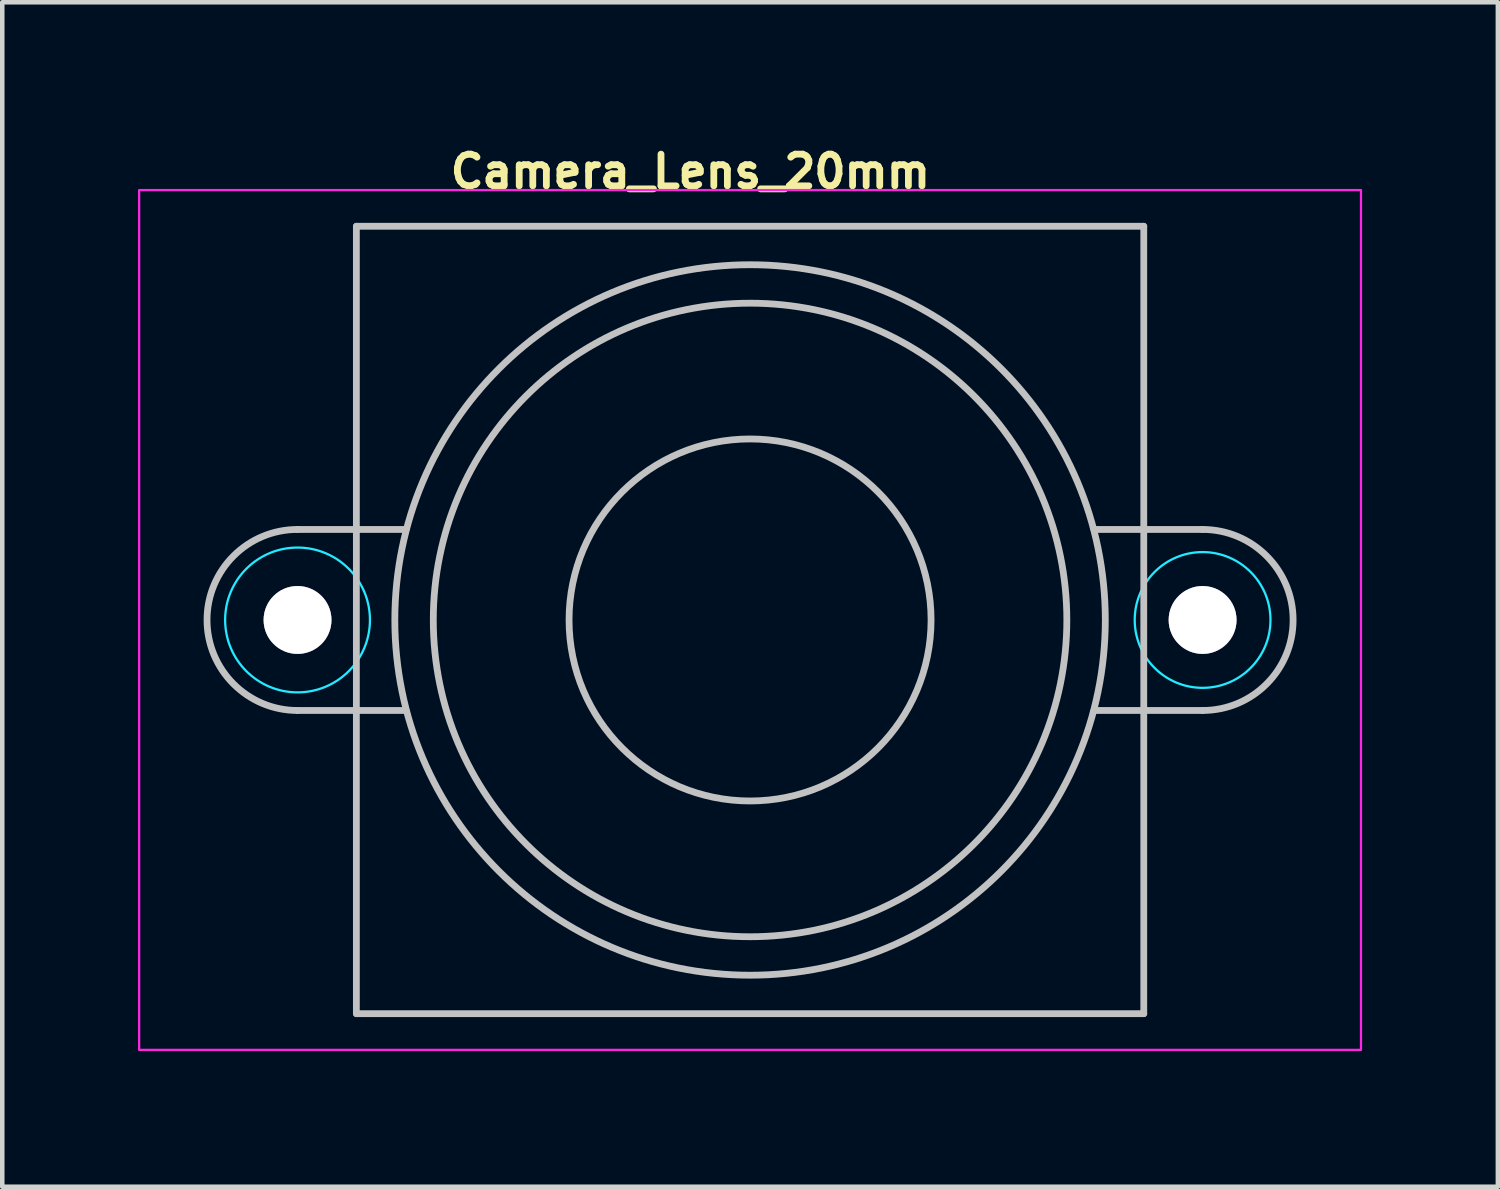
<source format=kicad_pcb>
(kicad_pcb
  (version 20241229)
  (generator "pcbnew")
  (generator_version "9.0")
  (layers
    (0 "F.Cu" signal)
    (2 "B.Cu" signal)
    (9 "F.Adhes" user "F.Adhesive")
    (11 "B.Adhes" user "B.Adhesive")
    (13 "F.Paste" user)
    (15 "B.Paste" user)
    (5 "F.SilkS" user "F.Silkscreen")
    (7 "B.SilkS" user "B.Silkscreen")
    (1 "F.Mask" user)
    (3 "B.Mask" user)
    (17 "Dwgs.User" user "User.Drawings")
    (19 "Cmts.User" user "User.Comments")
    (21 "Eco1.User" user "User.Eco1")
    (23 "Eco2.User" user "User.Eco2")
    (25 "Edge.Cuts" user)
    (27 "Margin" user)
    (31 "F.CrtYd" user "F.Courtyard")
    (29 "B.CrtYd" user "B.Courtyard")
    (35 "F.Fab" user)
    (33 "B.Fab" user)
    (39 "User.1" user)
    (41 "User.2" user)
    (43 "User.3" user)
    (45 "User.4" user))
  (footprint "Camera_Lens_20mm"
    (layer "F.Cu")
    (at 13.525 10.65)
    (property "Reference" "Camera_Lens_20mm" (at -6.7 -9.5 0) (layer "F.SilkS") (effects (font (size 0.7 0.7) (thickness 0.15)) (justify left bottom)))
    (attr exclude_from_bom)
    (fp_line (start -10 -2) (end -7.6 -2) (stroke (width 0.15) (type solid)) (layer "Dwgs.User"))
    (fp_line (start -10 2) (end -7.6 2) (stroke (width 0.15) (type solid)) (layer "Dwgs.User"))
    (fp_line (start -8.7 -8.7) (end 8.7 -8.7) (stroke (width 0.15) (type solid)) (layer "Dwgs.User"))
    (fp_line (start -8.7 8.7) (end -8.7 -8.7) (stroke (width 0.15) (type solid)) (layer "Dwgs.User"))
    (fp_line (start 8.7 -8.7) (end 8.7 8.7) (stroke (width 0.15) (type solid)) (layer "Dwgs.User"))
    (fp_line (start 8.7 8.7) (end -8.7 8.7) (stroke (width 0.15) (type solid)) (layer "Dwgs.User"))
    (fp_line (start 10 -2) (end 7.6 -2) (stroke (width 0.15) (type solid)) (layer "Dwgs.User"))
    (fp_line (start 10 2) (end 7.6 2) (stroke (width 0.15) (type solid)) (layer "Dwgs.User"))
    (fp_arc (start -10 2) (mid -12 0) (end -10 -2) (stroke (width 0.15) (type solid)) (layer "Dwgs.User"))
    (fp_arc (start 10 -2) (mid 12 0) (end 10 2) (stroke (width 0.15) (type solid)) (layer "Dwgs.User"))
    (fp_circle (center 0 0) (end 4 0) (stroke (width 0.15) (type solid)) (fill no) (layer "Dwgs.User"))
    (fp_circle (center 0 0) (end 7 0) (stroke (width 0.15) (type solid)) (fill no) (layer "Dwgs.User"))
    (fp_circle (center 0 0) (end 7.85 0) (stroke (width 0.15) (type solid)) (fill no) (layer "Dwgs.User"))
    (fp_circle (center -10 0) (end -8.4 0) (stroke (width 0.05) (type solid)) (fill no) (layer "B.CrtYd"))
    (fp_circle (center 10 0) (end 11.5 0) (stroke (width 0.05) (type solid)) (fill no) (layer "B.CrtYd"))
    (fp_rect (start -13.5 -9.5) (end 13.5 9.5) (stroke (width 0.05) (type solid)) (fill no) (layer "F.CrtYd"))
    (fp_rect (start -12.5 -8.5) (end 12.5 8.5) (stroke (width 0.1) (type solid)) (fill no) (layer "User.5"))
    (fp_line (start -12.5 0) (end -12.495 -0.162) (stroke (width 0.02) (type solid)) (layer "User.9"))
    (fp_line (start -12.495 -0.162) (end -12.479 -0.323) (stroke (width 0.02) (type solid)) (layer "User.9"))
    (fp_line (start -12.495 0.162) (end -12.5 0) (stroke (width 0.02) (type solid)) (layer "User.9"))
    (fp_line (start -12.479 -0.323) (end -12.453 -0.483) (stroke (width 0.02) (type solid)) (layer "User.9"))
    (fp_line (start -12.479 0.323) (end -12.495 0.162) (stroke (width 0.02) (type solid)) (layer "User.9"))
    (fp_line (start -12.453 -0.483) (end -12.416 -0.642) (stroke (width 0.02) (type solid)) (layer "User.9"))
    (fp_line (start -12.453 0.483) (end -12.479 0.323) (stroke (width 0.02) (type solid)) (layer "User.9"))
    (fp_line (start -12.416 -0.642) (end -12.369 -0.798) (stroke (width 0.02) (type solid)) (layer "User.9"))
    (fp_line (start -12.416 0.642) (end -12.453 0.483) (stroke (width 0.02) (type solid)) (layer "User.9"))
    (fp_line (start -12.369 -0.798) (end -12.312 -0.952) (stroke (width 0.02) (type solid)) (layer "User.9"))
    (fp_line (start -12.369 0.798) (end -12.416 0.642) (stroke (width 0.02) (type solid)) (layer "User.9"))
    (fp_line (start -12.312 -0.952) (end -12.244 -1.103) (stroke (width 0.02) (type solid)) (layer "User.9"))
    (fp_line (start -12.312 0.952) (end -12.369 0.798) (stroke (width 0.02) (type solid)) (layer "User.9"))
    (fp_line (start -12.244 -1.103) (end -12.165 -1.25) (stroke (width 0.02) (type solid)) (layer "User.9"))
    (fp_line (start -12.244 1.103) (end -12.312 0.952) (stroke (width 0.02) (type solid)) (layer "User.9"))
    (fp_line (start -12.165 -1.25) (end -12.165 -1.25) (stroke (width 0.02) (type solid)) (layer "User.9"))
    (fp_line (start -12.165 -1.25) (end -12.122 -1.322) (stroke (width 0.02) (type solid)) (layer "User.9"))
    (fp_line (start -12.165 1.25) (end -12.244 1.103) (stroke (width 0.02) (type solid)) (layer "User.9"))
    (fp_line (start -12.165 1.25) (end -12.165 1.25) (stroke (width 0.02) (type solid)) (layer "User.9"))
    (fp_line (start -12.122 -1.322) (end -12.077 -1.392) (stroke (width 0.02) (type solid)) (layer "User.9"))
    (fp_line (start -12.077 -1.392) (end -12.03 -1.46) (stroke (width 0.02) (type solid)) (layer "User.9"))
    (fp_line (start -12.077 1.392) (end -12.165 1.25) (stroke (width 0.02) (type solid)) (layer "User.9"))
    (fp_line (start -12.03 -1.46) (end -11.98 -1.526) (stroke (width 0.02) (type solid)) (layer "User.9"))
    (fp_line (start -11.98 -1.526) (end -11.929 -1.59) (stroke (width 0.02) (type solid)) (layer "User.9"))
    (fp_line (start -11.98 1.526) (end -12.077 1.392) (stroke (width 0.02) (type solid)) (layer "User.9"))
    (fp_line (start -11.929 -1.59) (end -11.876 -1.653) (stroke (width 0.02) (type solid)) (layer "User.9"))
    (fp_line (start -11.876 -1.653) (end -11.821 -1.713) (stroke (width 0.02) (type solid)) (layer "User.9"))
    (fp_line (start -11.876 1.653) (end -11.98 1.526) (stroke (width 0.02) (type solid)) (layer "User.9"))
    (fp_line (start -11.821 -1.713) (end -11.764 -1.772) (stroke (width 0.02) (type solid)) (layer "User.9"))
    (fp_line (start -11.764 -1.772) (end -11.705 -1.828) (stroke (width 0.02) (type solid)) (layer "User.9"))
    (fp_line (start -11.764 1.772) (end -11.876 1.653) (stroke (width 0.02) (type solid)) (layer "User.9"))
    (fp_line (start -11.705 -1.828) (end -11.645 -1.883) (stroke (width 0.02) (type solid)) (layer "User.9"))
    (fp_line (start -11.645 -1.883) (end -11.583 -1.935) (stroke (width 0.02) (type solid)) (layer "User.9"))
    (fp_line (start -11.645 1.883) (end -11.764 1.772) (stroke (width 0.02) (type solid)) (layer "User.9"))
    (fp_line (start -11.583 -1.935) (end -11.519 -1.985) (stroke (width 0.02) (type solid)) (layer "User.9"))
    (fp_line (start -11.519 -1.985) (end -11.454 -2.034) (stroke (width 0.02) (type solid)) (layer "User.9"))
    (fp_line (start -11.519 1.985) (end -11.645 1.883) (stroke (width 0.02) (type solid)) (layer "User.9"))
    (fp_line (start -11.454 -2.034) (end -11.387 -2.08) (stroke (width 0.02) (type solid)) (layer "User.9"))
    (fp_line (start -11.387 -2.08) (end -11.319 -2.123) (stroke (width 0.02) (type solid)) (layer "User.9"))
    (fp_line (start -11.387 2.08) (end -11.519 1.985) (stroke (width 0.02) (type solid)) (layer "User.9"))
    (fp_line (start -11.319 -2.123) (end -11.25 -2.165) (stroke (width 0.02) (type solid)) (layer "User.9"))
    (fp_line (start -11.25 -2.165) (end -11.179 -2.204) (stroke (width 0.02) (type solid)) (layer "User.9"))
    (fp_line (start -11.25 2.165) (end -11.387 2.08) (stroke (width 0.02) (type solid)) (layer "User.9"))
    (fp_line (start -11.179 -2.204) (end -11.107 -2.241) (stroke (width 0.02) (type solid)) (layer "User.9"))
    (fp_line (start -11.107 -2.241) (end -11.034 -2.276) (stroke (width 0.02) (type solid)) (layer "User.9"))
    (fp_line (start -11.107 2.241) (end -11.25 2.165) (stroke (width 0.02) (type solid)) (layer "User.9"))
    (fp_line (start -11.034 -2.276) (end -10.96 -2.308) (stroke (width 0.02) (type solid)) (layer "User.9"))
    (fp_line (start -10.96 -2.308) (end -10.884 -2.338) (stroke (width 0.02) (type solid)) (layer "User.9"))
    (fp_line (start -10.96 2.308) (end -11.107 2.241) (stroke (width 0.02) (type solid)) (layer "User.9"))
    (fp_line (start -10.884 -2.338) (end -10.808 -2.366) (stroke (width 0.02) (type solid)) (layer "User.9"))
    (fp_line (start -10.808 -2.366) (end -10.731 -2.391) (stroke (width 0.02) (type solid)) (layer "User.9"))
    (fp_line (start -10.808 2.366) (end -10.96 2.308) (stroke (width 0.02) (type solid)) (layer "User.9"))
    (fp_line (start -10.731 -2.391) (end -10.652 -2.413) (stroke (width 0.02) (type solid)) (layer "User.9"))
    (fp_line (start -10.7 0) (end -10.699 -0.036) (stroke (width 0.02) (type solid)) (layer "User.9"))
    (fp_line (start -10.699 -0.036) (end -10.696 -0.072) (stroke (width 0.02) (type solid)) (layer "User.9"))
    (fp_line (start -10.699 0.036) (end -10.7 0) (stroke (width 0.02) (type solid)) (layer "User.9"))
    (fp_line (start -10.696 -0.072) (end -10.692 -0.107) (stroke (width 0.02) (type solid)) (layer "User.9"))
    (fp_line (start -10.696 0.072) (end -10.699 0.036) (stroke (width 0.02) (type solid)) (layer "User.9"))
    (fp_line (start -10.692 -0.107) (end -10.686 -0.141) (stroke (width 0.02) (type solid)) (layer "User.9"))
    (fp_line (start -10.692 0.107) (end -10.696 0.072) (stroke (width 0.02) (type solid)) (layer "User.9"))
    (fp_line (start -10.686 -0.141) (end -10.678 -0.175) (stroke (width 0.02) (type solid)) (layer "User.9"))
    (fp_line (start -10.686 0.141) (end -10.692 0.107) (stroke (width 0.02) (type solid)) (layer "User.9"))
    (fp_line (start -10.678 -0.175) (end -10.668 -0.208) (stroke (width 0.02) (type solid)) (layer "User.9"))
    (fp_line (start -10.678 0.175) (end -10.686 0.141) (stroke (width 0.02) (type solid)) (layer "User.9"))
    (fp_line (start -10.668 -0.208) (end -10.657 -0.241) (stroke (width 0.02) (type solid)) (layer "User.9"))
    (fp_line (start -10.668 0.208) (end -10.678 0.175) (stroke (width 0.02) (type solid)) (layer "User.9"))
    (fp_line (start -10.657 -0.241) (end -10.645 -0.272) (stroke (width 0.02) (type solid)) (layer "User.9"))
    (fp_line (start -10.657 0.241) (end -10.668 0.208) (stroke (width 0.02) (type solid)) (layer "User.9"))
    (fp_line (start -10.652 -2.413) (end -10.573 -2.433) (stroke (width 0.02) (type solid)) (layer "User.9"))
    (fp_line (start -10.652 2.413) (end -10.808 2.366) (stroke (width 0.02) (type solid)) (layer "User.9"))
    (fp_line (start -10.645 -0.272) (end -10.631 -0.303) (stroke (width 0.02) (type solid)) (layer "User.9"))
    (fp_line (start -10.645 0.272) (end -10.657 0.241) (stroke (width 0.02) (type solid)) (layer "User.9"))
    (fp_line (start -10.631 -0.303) (end -10.615 -0.333) (stroke (width 0.02) (type solid)) (layer "User.9"))
    (fp_line (start -10.631 0.303) (end -10.645 0.272) (stroke (width 0.02) (type solid)) (layer "User.9"))
    (fp_line (start -10.615 -0.333) (end -10.598 -0.363) (stroke (width 0.02) (type solid)) (layer "User.9"))
    (fp_line (start -10.615 0.333) (end -10.631 0.303) (stroke (width 0.02) (type solid)) (layer "User.9"))
    (fp_line (start -10.598 -0.363) (end -10.58 -0.391) (stroke (width 0.02) (type solid)) (layer "User.9"))
    (fp_line (start -10.598 0.363) (end -10.615 0.333) (stroke (width 0.02) (type solid)) (layer "User.9"))
    (fp_line (start -10.58 -0.391) (end -10.561 -0.419) (stroke (width 0.02) (type solid)) (layer "User.9"))
    (fp_line (start -10.58 0.391) (end -10.598 0.363) (stroke (width 0.02) (type solid)) (layer "User.9"))
    (fp_line (start -10.573 -2.433) (end -10.493 -2.451) (stroke (width 0.02) (type solid)) (layer "User.9"))
    (fp_line (start -10.561 -0.419) (end -10.54 -0.445) (stroke (width 0.02) (type solid)) (layer "User.9"))
    (fp_line (start -10.561 0.419) (end -10.58 0.391) (stroke (width 0.02) (type solid)) (layer "User.9"))
    (fp_line (start -10.54 -0.445) (end -10.518 -0.47) (stroke (width 0.02) (type solid)) (layer "User.9"))
    (fp_line (start -10.54 0.445) (end -10.561 0.419) (stroke (width 0.02) (type solid)) (layer "User.9"))
    (fp_line (start -10.518 -0.47) (end -10.495 -0.495) (stroke (width 0.02) (type solid)) (layer "User.9"))
    (fp_line (start -10.518 0.47) (end -10.54 0.445) (stroke (width 0.02) (type solid)) (layer "User.9"))
    (fp_line (start -10.495 -0.495) (end -10.47 -0.518) (stroke (width 0.02) (type solid)) (layer "User.9"))
    (fp_line (start -10.495 0.495) (end -10.518 0.47) (stroke (width 0.02) (type solid)) (layer "User.9"))
    (fp_line (start -10.493 -2.451) (end -10.413 -2.466) (stroke (width 0.02) (type solid)) (layer "User.9"))
    (fp_line (start -10.493 2.451) (end -10.652 2.413) (stroke (width 0.02) (type solid)) (layer "User.9"))
    (fp_line (start -10.47 -0.518) (end -10.445 -0.54) (stroke (width 0.02) (type solid)) (layer "User.9"))
    (fp_line (start -10.47 0.518) (end -10.495 0.495) (stroke (width 0.02) (type solid)) (layer "User.9"))
    (fp_line (start -10.445 -0.54) (end -10.419 -0.561) (stroke (width 0.02) (type solid)) (layer "User.9"))
    (fp_line (start -10.445 0.54) (end -10.47 0.518) (stroke (width 0.02) (type solid)) (layer "User.9"))
    (fp_line (start -10.419 -0.561) (end -10.391 -0.58) (stroke (width 0.02) (type solid)) (layer "User.9"))
    (fp_line (start -10.419 0.561) (end -10.445 0.54) (stroke (width 0.02) (type solid)) (layer "User.9"))
    (fp_line (start -10.413 -2.466) (end -10.331 -2.478) (stroke (width 0.02) (type solid)) (layer "User.9"))
    (fp_line (start -10.391 -0.58) (end -10.363 -0.598) (stroke (width 0.02) (type solid)) (layer "User.9"))
    (fp_line (start -10.391 0.58) (end -10.419 0.561) (stroke (width 0.02) (type solid)) (layer "User.9"))
    (fp_line (start -10.363 -0.598) (end -10.334 -0.615) (stroke (width 0.02) (type solid)) (layer "User.9"))
    (fp_line (start -10.363 0.598) (end -10.391 0.58) (stroke (width 0.02) (type solid)) (layer "User.9"))
    (fp_line (start -10.334 -0.615) (end -10.303 -0.631) (stroke (width 0.02) (type solid)) (layer "User.9"))
    (fp_line (start -10.334 0.615) (end -10.363 0.598) (stroke (width 0.02) (type solid)) (layer "User.9"))
    (fp_line (start -10.331 -2.478) (end -10.249 -2.488) (stroke (width 0.02) (type solid)) (layer "User.9"))
    (fp_line (start -10.331 2.478) (end -10.493 2.451) (stroke (width 0.02) (type solid)) (layer "User.9"))
    (fp_line (start -10.303 -0.631) (end -10.272 -0.645) (stroke (width 0.02) (type solid)) (layer "User.9"))
    (fp_line (start -10.303 0.631) (end -10.334 0.615) (stroke (width 0.02) (type solid)) (layer "User.9"))
    (fp_line (start -10.272 -0.645) (end -10.241 -0.657) (stroke (width 0.02) (type solid)) (layer "User.9"))
    (fp_line (start -10.272 0.645) (end -10.303 0.631) (stroke (width 0.02) (type solid)) (layer "User.9"))
    (fp_line (start -10.249 -2.488) (end -10.167 -2.494) (stroke (width 0.02) (type solid)) (layer "User.9"))
    (fp_line (start -10.241 -0.657) (end -10.208 -0.668) (stroke (width 0.02) (type solid)) (layer "User.9"))
    (fp_line (start -10.241 0.657) (end -10.272 0.645) (stroke (width 0.02) (type solid)) (layer "User.9"))
    (fp_line (start -10.208 -0.668) (end -10.175 -0.677) (stroke (width 0.02) (type solid)) (layer "User.9"))
    (fp_line (start -10.208 0.668) (end -10.241 0.657) (stroke (width 0.02) (type solid)) (layer "User.9"))
    (fp_line (start -10.175 -0.677) (end -10.141 -0.685) (stroke (width 0.02) (type solid)) (layer "User.9"))
    (fp_line (start -10.175 0.677) (end -10.208 0.668) (stroke (width 0.02) (type solid)) (layer "User.9"))
    (fp_line (start -10.167 -2.494) (end -10.084 -2.499) (stroke (width 0.02) (type solid)) (layer "User.9"))
    (fp_line (start -10.167 2.494) (end -10.331 2.478) (stroke (width 0.02) (type solid)) (layer "User.9"))
    (fp_line (start -10.141 -0.685) (end -10.107 -0.691) (stroke (width 0.02) (type solid)) (layer "User.9"))
    (fp_line (start -10.141 0.685) (end -10.175 0.677) (stroke (width 0.02) (type solid)) (layer "User.9"))
    (fp_line (start -10.107 -0.691) (end -10.072 -0.696) (stroke (width 0.02) (type solid)) (layer "User.9"))
    (fp_line (start -10.107 0.691) (end -10.141 0.685) (stroke (width 0.02) (type solid)) (layer "User.9"))
    (fp_line (start -10.084 -2.499) (end -10 -2.5) (stroke (width 0.02) (type solid)) (layer "User.9"))
    (fp_line (start -10.072 -0.696) (end -10.036 -0.699) (stroke (width 0.02) (type solid)) (layer "User.9"))
    (fp_line (start -10.072 0.696) (end -10.107 0.691) (stroke (width 0.02) (type solid)) (layer "User.9"))
    (fp_line (start -10.036 -0.699) (end -10 -0.7) (stroke (width 0.02) (type solid)) (layer "User.9"))
    (fp_line (start -10.036 0.699) (end -10.072 0.696) (stroke (width 0.02) (type solid)) (layer "User.9"))
    (fp_line (start -10 -2.5) (end -8.5 -2.5) (stroke (width 0.02) (type solid)) (layer "User.9"))
    (fp_line (start -10 -0.7) (end -10 -0.7) (stroke (width 0.02) (type solid)) (layer "User.9"))
    (fp_line (start -10 -0.7) (end -9.964 -0.699) (stroke (width 0.02) (type solid)) (layer "User.9"))
    (fp_line (start -10 0.7) (end -10.036 0.699) (stroke (width 0.02) (type solid)) (layer "User.9"))
    (fp_line (start -10 0.7) (end -10 0.7) (stroke (width 0.02) (type solid)) (layer "User.9"))
    (fp_line (start -10 2.5) (end -10.167 2.494) (stroke (width 0.02) (type solid)) (layer "User.9"))
    (fp_line (start -9.964 -0.699) (end -9.928 -0.696) (stroke (width 0.02) (type solid)) (layer "User.9"))
    (fp_line (start -9.964 0.699) (end -10 0.7) (stroke (width 0.02) (type solid)) (layer "User.9"))
    (fp_line (start -9.928 -0.696) (end -9.893 -0.691) (stroke (width 0.02) (type solid)) (layer "User.9"))
    (fp_line (start -9.928 0.696) (end -9.964 0.699) (stroke (width 0.02) (type solid)) (layer "User.9"))
    (fp_line (start -9.893 -0.691) (end -9.859 -0.685) (stroke (width 0.02) (type solid)) (layer "User.9"))
    (fp_line (start -9.893 0.691) (end -9.928 0.696) (stroke (width 0.02) (type solid)) (layer "User.9"))
    (fp_line (start -9.859 -0.685) (end -9.825 -0.677) (stroke (width 0.02) (type solid)) (layer "User.9"))
    (fp_line (start -9.859 0.685) (end -9.893 0.691) (stroke (width 0.02) (type solid)) (layer "User.9"))
    (fp_line (start -9.825 -0.677) (end -9.792 -0.668) (stroke (width 0.02) (type solid)) (layer "User.9"))
    (fp_line (start -9.825 0.677) (end -9.859 0.685) (stroke (width 0.02) (type solid)) (layer "User.9"))
    (fp_line (start -9.792 -0.668) (end -9.759 -0.657) (stroke (width 0.02) (type solid)) (layer "User.9"))
    (fp_line (start -9.792 0.668) (end -9.825 0.677) (stroke (width 0.02) (type solid)) (layer "User.9"))
    (fp_line (start -9.759 -0.657) (end -9.728 -0.645) (stroke (width 0.02) (type solid)) (layer "User.9"))
    (fp_line (start -9.759 0.657) (end -9.792 0.668) (stroke (width 0.02) (type solid)) (layer "User.9"))
    (fp_line (start -9.728 -0.645) (end -9.697 -0.631) (stroke (width 0.02) (type solid)) (layer "User.9"))
    (fp_line (start -9.728 0.645) (end -9.759 0.657) (stroke (width 0.02) (type solid)) (layer "User.9"))
    (fp_line (start -9.697 -0.631) (end -9.666 -0.615) (stroke (width 0.02) (type solid)) (layer "User.9"))
    (fp_line (start -9.697 0.631) (end -9.728 0.645) (stroke (width 0.02) (type solid)) (layer "User.9"))
    (fp_line (start -9.666 -0.615) (end -9.637 -0.598) (stroke (width 0.02) (type solid)) (layer "User.9"))
    (fp_line (start -9.666 0.615) (end -9.697 0.631) (stroke (width 0.02) (type solid)) (layer "User.9"))
    (fp_line (start -9.637 -0.598) (end -9.609 -0.58) (stroke (width 0.02) (type solid)) (layer "User.9"))
    (fp_line (start -9.637 0.598) (end -9.666 0.615) (stroke (width 0.02) (type solid)) (layer "User.9"))
    (fp_line (start -9.609 -0.58) (end -9.581 -0.561) (stroke (width 0.02) (type solid)) (layer "User.9"))
    (fp_line (start -9.609 0.58) (end -9.637 0.598) (stroke (width 0.02) (type solid)) (layer "User.9"))
    (fp_line (start -9.581 -0.561) (end -9.555 -0.54) (stroke (width 0.02) (type solid)) (layer "User.9"))
    (fp_line (start -9.581 0.561) (end -9.609 0.58) (stroke (width 0.02) (type solid)) (layer "User.9"))
    (fp_line (start -9.555 -0.54) (end -9.53 -0.518) (stroke (width 0.02) (type solid)) (layer "User.9"))
    (fp_line (start -9.555 0.54) (end -9.581 0.561) (stroke (width 0.02) (type solid)) (layer "User.9"))
    (fp_line (start -9.53 -0.518) (end -9.505 -0.495) (stroke (width 0.02) (type solid)) (layer "User.9"))
    (fp_line (start -9.53 0.518) (end -9.555 0.54) (stroke (width 0.02) (type solid)) (layer "User.9"))
    (fp_line (start -9.505 -0.495) (end -9.482 -0.47) (stroke (width 0.02) (type solid)) (layer "User.9"))
    (fp_line (start -9.505 0.495) (end -9.53 0.518) (stroke (width 0.02) (type solid)) (layer "User.9"))
    (fp_line (start -9.482 -0.47) (end -9.46 -0.445) (stroke (width 0.02) (type solid)) (layer "User.9"))
    (fp_line (start -9.482 0.47) (end -9.505 0.495) (stroke (width 0.02) (type solid)) (layer "User.9"))
    (fp_line (start -9.46 -0.445) (end -9.439 -0.419) (stroke (width 0.02) (type solid)) (layer "User.9"))
    (fp_line (start -9.46 0.445) (end -9.482 0.47) (stroke (width 0.02) (type solid)) (layer "User.9"))
    (fp_line (start -9.439 -0.419) (end -9.42 -0.391) (stroke (width 0.02) (type solid)) (layer "User.9"))
    (fp_line (start -9.439 0.419) (end -9.46 0.445) (stroke (width 0.02) (type solid)) (layer "User.9"))
    (fp_line (start -9.42 -0.391) (end -9.402 -0.363) (stroke (width 0.02) (type solid)) (layer "User.9"))
    (fp_line (start -9.42 0.391) (end -9.439 0.419) (stroke (width 0.02) (type solid)) (layer "User.9"))
    (fp_line (start -9.402 -0.363) (end -9.385 -0.333) (stroke (width 0.02) (type solid)) (layer "User.9"))
    (fp_line (start -9.402 0.363) (end -9.42 0.391) (stroke (width 0.02) (type solid)) (layer "User.9"))
    (fp_line (start -9.385 -0.333) (end -9.369 -0.303) (stroke (width 0.02) (type solid)) (layer "User.9"))
    (fp_line (start -9.385 0.333) (end -9.402 0.363) (stroke (width 0.02) (type solid)) (layer "User.9"))
    (fp_line (start -9.369 -0.303) (end -9.355 -0.272) (stroke (width 0.02) (type solid)) (layer "User.9"))
    (fp_line (start -9.369 0.303) (end -9.385 0.333) (stroke (width 0.02) (type solid)) (layer "User.9"))
    (fp_line (start -9.355 -0.272) (end -9.343 -0.241) (stroke (width 0.02) (type solid)) (layer "User.9"))
    (fp_line (start -9.355 0.272) (end -9.369 0.303) (stroke (width 0.02) (type solid)) (layer "User.9"))
    (fp_line (start -9.343 -0.241) (end -9.332 -0.208) (stroke (width 0.02) (type solid)) (layer "User.9"))
    (fp_line (start -9.343 0.241) (end -9.355 0.272) (stroke (width 0.02) (type solid)) (layer "User.9"))
    (fp_line (start -9.332 -0.208) (end -9.322 -0.175) (stroke (width 0.02) (type solid)) (layer "User.9"))
    (fp_line (start -9.332 0.208) (end -9.343 0.241) (stroke (width 0.02) (type solid)) (layer "User.9"))
    (fp_line (start -9.322 -0.175) (end -9.314 -0.141) (stroke (width 0.02) (type solid)) (layer "User.9"))
    (fp_line (start -9.322 0.175) (end -9.332 0.208) (stroke (width 0.02) (type solid)) (layer "User.9"))
    (fp_line (start -9.314 -0.141) (end -9.308 -0.107) (stroke (width 0.02) (type solid)) (layer "User.9"))
    (fp_line (start -9.314 0.141) (end -9.322 0.175) (stroke (width 0.02) (type solid)) (layer "User.9"))
    (fp_line (start -9.308 -0.107) (end -9.304 -0.072) (stroke (width 0.02) (type solid)) (layer "User.9"))
    (fp_line (start -9.308 0.107) (end -9.314 0.141) (stroke (width 0.02) (type solid)) (layer "User.9"))
    (fp_line (start -9.304 -0.072) (end -9.301 -0.036) (stroke (width 0.02) (type solid)) (layer "User.9"))
    (fp_line (start -9.304 0.072) (end -9.308 0.107) (stroke (width 0.02) (type solid)) (layer "User.9"))
    (fp_line (start -9.301 -0.036) (end -9.3 0) (stroke (width 0.02) (type solid)) (layer "User.9"))
    (fp_line (start -9.301 0.036) (end -9.304 0.072) (stroke (width 0.02) (type solid)) (layer "User.9"))
    (fp_line (start -9.3 0) (end -9.301 0.036) (stroke (width 0.02) (type solid)) (layer "User.9"))
    (fp_line (start -8.5 -8.5) (end 8.5 -8.5) (stroke (width 0.02) (type solid)) (layer "User.9"))
    (fp_line (start -8.5 -2.5) (end -8.5 -8.5) (stroke (width 0.02) (type solid)) (layer "User.9"))
    (fp_line (start -8.5 2.5) (end -10 2.5) (stroke (width 0.02) (type solid)) (layer "User.9"))
    (fp_line (start -8.5 8.5) (end -8.5 2.5) (stroke (width 0.02) (type solid)) (layer "User.9"))
    (fp_line (start -7.675 0) (end -7.675 0) (stroke (width 0.02) (type solid)) (layer "User.9"))
    (fp_line (start -7.675 0) (end -7.665 0.395) (stroke (width 0.02) (type solid)) (layer "User.9"))
    (fp_line (start -7.665 -0.395) (end -7.675 0) (stroke (width 0.02) (type solid)) (layer "User.9"))
    (fp_line (start -7.665 0.395) (end -7.635 0.785) (stroke (width 0.02) (type solid)) (layer "User.9"))
    (fp_line (start -7.635 -0.785) (end -7.665 -0.395) (stroke (width 0.02) (type solid)) (layer "User.9"))
    (fp_line (start -7.635 0.785) (end -7.587 1.169) (stroke (width 0.02) (type solid)) (layer "User.9"))
    (fp_line (start -7.587 -1.169) (end -7.635 -0.785) (stroke (width 0.02) (type solid)) (layer "User.9"))
    (fp_line (start -7.587 1.169) (end -7.519 1.547) (stroke (width 0.02) (type solid)) (layer "User.9"))
    (fp_line (start -7.519 -1.547) (end -7.587 -1.169) (stroke (width 0.02) (type solid)) (layer "User.9"))
    (fp_line (start -7.519 1.547) (end -7.433 1.918) (stroke (width 0.02) (type solid)) (layer "User.9"))
    (fp_line (start -7.433 -1.918) (end -7.519 -1.547) (stroke (width 0.02) (type solid)) (layer "User.9"))
    (fp_line (start -7.433 1.918) (end -7.33 2.282) (stroke (width 0.02) (type solid)) (layer "User.9"))
    (fp_line (start -7.33 -2.282) (end -7.433 -1.918) (stroke (width 0.02) (type solid)) (layer "User.9"))
    (fp_line (start -7.33 2.282) (end -7.209 2.639) (stroke (width 0.02) (type solid)) (layer "User.9"))
    (fp_line (start -7.209 -2.639) (end -7.33 -2.282) (stroke (width 0.02) (type solid)) (layer "User.9"))
    (fp_line (start -7.209 2.639) (end -7.072 2.987) (stroke (width 0.02) (type solid)) (layer "User.9"))
    (fp_line (start -7.072 -2.987) (end -7.209 -2.639) (stroke (width 0.02) (type solid)) (layer "User.9"))
    (fp_line (start -7.072 2.987) (end -6.918 3.327) (stroke (width 0.02) (type solid)) (layer "User.9"))
    (fp_line (start -7 0) (end -6.984 -0.466) (stroke (width 0.02) (type solid)) (layer "User.9"))
    (fp_line (start -6.996 0.234) (end -7 0) (stroke (width 0.02) (type solid)) (layer "User.9"))
    (fp_line (start -6.984 -0.466) (end -6.938 -0.927) (stroke (width 0.02) (type solid)) (layer "User.9"))
    (fp_line (start -6.984 0.466) (end -6.996 0.234) (stroke (width 0.02) (type solid)) (layer "User.9"))
    (fp_line (start -6.965 0.698) (end -6.984 0.466) (stroke (width 0.02) (type solid)) (layer "User.9"))
    (fp_line (start -6.938 -0.927) (end -6.863 -1.381) (stroke (width 0.02) (type solid)) (layer "User.9"))
    (fp_line (start -6.938 0.927) (end -6.965 0.698) (stroke (width 0.02) (type solid)) (layer "User.9"))
    (fp_line (start -6.918 -3.327) (end -7.072 -2.987) (stroke (width 0.02) (type solid)) (layer "User.9"))
    (fp_line (start -6.918 3.327) (end -6.749 3.658) (stroke (width 0.02) (type solid)) (layer "User.9"))
    (fp_line (start -6.904 1.155) (end -6.938 0.927) (stroke (width 0.02) (type solid)) (layer "User.9"))
    (fp_line (start -6.863 -1.381) (end -6.758 -1.826) (stroke (width 0.02) (type solid)) (layer "User.9"))
    (fp_line (start -6.863 1.381) (end -6.904 1.155) (stroke (width 0.02) (type solid)) (layer "User.9"))
    (fp_line (start -6.814 1.605) (end -6.863 1.381) (stroke (width 0.02) (type solid)) (layer "User.9"))
    (fp_line (start -6.758 -1.826) (end -6.624 -2.262) (stroke (width 0.02) (type solid)) (layer "User.9"))
    (fp_line (start -6.758 1.826) (end -6.814 1.605) (stroke (width 0.02) (type solid)) (layer "User.9"))
    (fp_line (start -6.749 -3.658) (end -6.918 -3.327) (stroke (width 0.02) (type solid)) (layer "User.9"))
    (fp_line (start -6.749 3.658) (end -6.564 3.98) (stroke (width 0.02) (type solid)) (layer "User.9"))
    (fp_line (start -6.695 2.046) (end -6.758 1.826) (stroke (width 0.02) (type solid)) (layer "User.9"))
    (fp_line (start -6.624 -2.262) (end -6.464 -2.687) (stroke (width 0.02) (type solid)) (layer "User.9"))
    (fp_line (start -6.624 2.262) (end -6.695 2.046) (stroke (width 0.02) (type solid)) (layer "User.9"))
    (fp_line (start -6.564 -3.98) (end -6.749 -3.658) (stroke (width 0.02) (type solid)) (layer "User.9"))
    (fp_line (start -6.564 3.98) (end -6.364 4.291) (stroke (width 0.02) (type solid)) (layer "User.9"))
    (fp_line (start -6.547 2.476) (end -6.624 2.262) (stroke (width 0.02) (type solid)) (layer "User.9"))
    (fp_line (start -6.5 0) (end -6.486 -0.433) (stroke (width 0.02) (type solid)) (layer "User.9"))
    (fp_line (start -6.496 0.217) (end -6.5 0) (stroke (width 0.02) (type solid)) (layer "User.9"))
    (fp_line (start -6.486 -0.433) (end -6.443 -0.861) (stroke (width 0.02) (type solid)) (layer "User.9"))
    (fp_line (start -6.486 0.433) (end -6.496 0.217) (stroke (width 0.02) (type solid)) (layer "User.9"))
    (fp_line (start -6.468 0.648) (end -6.486 0.433) (stroke (width 0.02) (type solid)) (layer "User.9"))
    (fp_line (start -6.464 -2.687) (end -6.276 -3.1) (stroke (width 0.02) (type solid)) (layer "User.9"))
    (fp_line (start -6.464 2.687) (end -6.547 2.476) (stroke (width 0.02) (type solid)) (layer "User.9"))
    (fp_line (start -6.443 -0.861) (end -6.372 -1.282) (stroke (width 0.02) (type solid)) (layer "User.9"))
    (fp_line (start -6.443 0.861) (end -6.468 0.648) (stroke (width 0.02) (type solid)) (layer "User.9"))
    (fp_line (start -6.411 1.073) (end -6.443 0.861) (stroke (width 0.02) (type solid)) (layer "User.9"))
    (fp_line (start -6.373 2.896) (end -6.464 2.687) (stroke (width 0.02) (type solid)) (layer "User.9"))
    (fp_line (start -6.372 -1.282) (end -6.275 -1.696) (stroke (width 0.02) (type solid)) (layer "User.9"))
    (fp_line (start -6.372 1.282) (end -6.411 1.073) (stroke (width 0.02) (type solid)) (layer "User.9"))
    (fp_line (start -6.364 -4.291) (end -6.564 -3.98) (stroke (width 0.02) (type solid)) (layer "User.9"))
    (fp_line (start -6.364 4.291) (end -6.15 4.592) (stroke (width 0.02) (type solid)) (layer "User.9"))
    (fp_line (start -6.327 1.49) (end -6.372 1.282) (stroke (width 0.02) (type solid)) (layer "User.9"))
    (fp_line (start -6.276 -3.1) (end -6.062 -3.5) (stroke (width 0.02) (type solid)) (layer "User.9"))
    (fp_line (start -6.276 3.1) (end -6.373 2.896) (stroke (width 0.02) (type solid)) (layer "User.9"))
    (fp_line (start -6.275 -1.696) (end -6.151 -2.101) (stroke (width 0.02) (type solid)) (layer "User.9"))
    (fp_line (start -6.275 1.696) (end -6.327 1.49) (stroke (width 0.02) (type solid)) (layer "User.9"))
    (fp_line (start -6.216 1.9) (end -6.275 1.696) (stroke (width 0.02) (type solid)) (layer "User.9"))
    (fp_line (start -6.172 3.302) (end -6.276 3.1) (stroke (width 0.02) (type solid)) (layer "User.9"))
    (fp_line (start -6.151 -2.101) (end -6.002 -2.495) (stroke (width 0.02) (type solid)) (layer "User.9"))
    (fp_line (start -6.151 2.101) (end -6.216 1.9) (stroke (width 0.02) (type solid)) (layer "User.9"))
    (fp_line (start -6.15 -4.592) (end -6.364 -4.291) (stroke (width 0.02) (type solid)) (layer "User.9"))
    (fp_line (start -6.15 4.592) (end -5.922 4.882) (stroke (width 0.02) (type solid)) (layer "User.9"))
    (fp_line (start -6.08 2.299) (end -6.151 2.101) (stroke (width 0.02) (type solid)) (layer "User.9"))
    (fp_line (start -6.062 -3.5) (end -5.823 -3.885) (stroke (width 0.02) (type solid)) (layer "User.9"))
    (fp_line (start -6.062 3.5) (end -6.172 3.302) (stroke (width 0.02) (type solid)) (layer "User.9"))
    (fp_line (start -6.002 -2.495) (end -5.828 -2.879) (stroke (width 0.02) (type solid)) (layer "User.9"))
    (fp_line (start -6.002 2.495) (end -6.08 2.299) (stroke (width 0.02) (type solid)) (layer "User.9"))
    (fp_line (start -5.946 3.694) (end -6.062 3.5) (stroke (width 0.02) (type solid)) (layer "User.9"))
    (fp_line (start -5.922 -4.882) (end -6.15 -4.592) (stroke (width 0.02) (type solid)) (layer "User.9"))
    (fp_line (start -5.922 4.882) (end -5.681 5.16) (stroke (width 0.02) (type solid)) (layer "User.9"))
    (fp_line (start -5.918 2.689) (end -6.002 2.495) (stroke (width 0.02) (type solid)) (layer "User.9"))
    (fp_line (start -5.828 -2.879) (end -5.629 -3.25) (stroke (width 0.02) (type solid)) (layer "User.9"))
    (fp_line (start -5.828 2.879) (end -5.918 2.689) (stroke (width 0.02) (type solid)) (layer "User.9"))
    (fp_line (start -5.823 -3.885) (end -5.559 -4.254) (stroke (width 0.02) (type solid)) (layer "User.9"))
    (fp_line (start -5.823 3.885) (end -5.946 3.694) (stroke (width 0.02) (type solid)) (layer "User.9"))
    (fp_line (start -5.731 3.066) (end -5.828 2.879) (stroke (width 0.02) (type solid)) (layer "User.9"))
    (fp_line (start -5.694 4.072) (end -5.823 3.885) (stroke (width 0.02) (type solid)) (layer "User.9"))
    (fp_line (start -5.681 -5.16) (end -5.922 -4.882) (stroke (width 0.02) (type solid)) (layer "User.9"))
    (fp_line (start -5.681 5.16) (end -5.427 5.427) (stroke (width 0.02) (type solid)) (layer "User.9"))
    (fp_line (start -5.629 -3.25) (end -5.407 -3.607) (stroke (width 0.02) (type solid)) (layer "User.9"))
    (fp_line (start -5.629 3.25) (end -5.731 3.066) (stroke (width 0.02) (type solid)) (layer "User.9"))
    (fp_line (start -5.559 -4.254) (end -5.271 -4.606) (stroke (width 0.02) (type solid)) (layer "User.9"))
    (fp_line (start -5.559 4.254) (end -5.694 4.072) (stroke (width 0.02) (type solid)) (layer "User.9"))
    (fp_line (start -5.521 3.431) (end -5.629 3.25) (stroke (width 0.02) (type solid)) (layer "User.9"))
    (fp_line (start -5.427 -5.427) (end -5.681 -5.16) (stroke (width 0.02) (type solid)) (layer "User.9"))
    (fp_line (start -5.427 5.427) (end -5.16 5.681) (stroke (width 0.02) (type solid)) (layer "User.9"))
    (fp_line (start -5.418 4.432) (end -5.559 4.254) (stroke (width 0.02) (type solid)) (layer "User.9"))
    (fp_line (start -5.407 -3.607) (end -5.162 -3.95) (stroke (width 0.02) (type solid)) (layer "User.9"))
    (fp_line (start -5.407 3.607) (end -5.521 3.431) (stroke (width 0.02) (type solid)) (layer "User.9"))
    (fp_line (start -5.287 3.781) (end -5.407 3.607) (stroke (width 0.02) (type solid)) (layer "User.9"))
    (fp_line (start -5.271 -4.606) (end -4.961 -4.939) (stroke (width 0.02) (type solid)) (layer "User.9"))
    (fp_line (start -5.271 4.606) (end -5.418 4.432) (stroke (width 0.02) (type solid)) (layer "User.9"))
    (fp_line (start -5.162 -3.95) (end -4.895 -4.277) (stroke (width 0.02) (type solid)) (layer "User.9"))
    (fp_line (start -5.162 3.95) (end -5.287 3.781) (stroke (width 0.02) (type solid)) (layer "User.9"))
    (fp_line (start -5.16 -5.681) (end -5.427 -5.427) (stroke (width 0.02) (type solid)) (layer "User.9"))
    (fp_line (start -5.16 5.681) (end -4.882 5.922) (stroke (width 0.02) (type solid)) (layer "User.9"))
    (fp_line (start -5.119 4.775) (end -5.271 4.606) (stroke (width 0.02) (type solid)) (layer "User.9"))
    (fp_line (start -5.031 4.116) (end -5.162 3.95) (stroke (width 0.02) (type solid)) (layer "User.9"))
    (fp_line (start -4.961 -4.939) (end -4.627 -5.253) (stroke (width 0.02) (type solid)) (layer "User.9"))
    (fp_line (start -4.961 4.939) (end -5.119 4.775) (stroke (width 0.02) (type solid)) (layer "User.9"))
    (fp_line (start -4.895 -4.277) (end -4.606 -4.586) (stroke (width 0.02) (type solid)) (layer "User.9"))
    (fp_line (start -4.895 4.277) (end -5.031 4.116) (stroke (width 0.02) (type solid)) (layer "User.9"))
    (fp_line (start -4.882 -5.922) (end -5.16 -5.681) (stroke (width 0.02) (type solid)) (layer "User.9"))
    (fp_line (start -4.882 5.922) (end -4.592 6.15) (stroke (width 0.02) (type solid)) (layer "User.9"))
    (fp_line (start -4.797 5.098) (end -4.961 4.939) (stroke (width 0.02) (type solid)) (layer "User.9"))
    (fp_line (start -4.753 4.434) (end -4.895 4.277) (stroke (width 0.02) (type solid)) (layer "User.9"))
    (fp_line (start -4.75 0) (end -4.739 -0.317) (stroke (width 0.02) (type solid)) (layer "User.9"))
    (fp_line (start -4.747 0.159) (end -4.75 0) (stroke (width 0.02) (type solid)) (layer "User.9"))
    (fp_line (start -4.739 -0.317) (end -4.708 -0.629) (stroke (width 0.02) (type solid)) (layer "User.9"))
    (fp_line (start -4.739 0.317) (end -4.747 0.159) (stroke (width 0.02) (type solid)) (layer "User.9"))
    (fp_line (start -4.726 0.473) (end -4.739 0.317) (stroke (width 0.02) (type solid)) (layer "User.9"))
    (fp_line (start -4.708 -0.629) (end -4.657 -0.937) (stroke (width 0.02) (type solid)) (layer "User.9"))
    (fp_line (start -4.708 0.629) (end -4.726 0.473) (stroke (width 0.02) (type solid)) (layer "User.9"))
    (fp_line (start -4.685 0.784) (end -4.708 0.629) (stroke (width 0.02) (type solid)) (layer "User.9"))
    (fp_line (start -4.657 -0.937) (end -4.586 -1.239) (stroke (width 0.02) (type solid)) (layer "User.9"))
    (fp_line (start -4.657 0.937) (end -4.685 0.784) (stroke (width 0.02) (type solid)) (layer "User.9"))
    (fp_line (start -4.627 -5.253) (end -4.272 -5.545) (stroke (width 0.02) (type solid)) (layer "User.9"))
    (fp_line (start -4.627 5.253) (end -4.797 5.098) (stroke (width 0.02) (type solid)) (layer "User.9"))
    (fp_line (start -4.624 1.089) (end -4.657 0.937) (stroke (width 0.02) (type solid)) (layer "User.9"))
    (fp_line (start -4.606 -4.586) (end -4.297 -4.878) (stroke (width 0.02) (type solid)) (layer "User.9"))
    (fp_line (start -4.606 4.586) (end -4.753 4.434) (stroke (width 0.02) (type solid)) (layer "User.9"))
    (fp_line (start -4.592 -6.15) (end -4.882 -5.922) (stroke (width 0.02) (type solid)) (layer "User.9"))
    (fp_line (start -4.592 6.15) (end -4.291 6.364) (stroke (width 0.02) (type solid)) (layer "User.9"))
    (fp_line (start -4.586 -1.239) (end -4.495 -1.535) (stroke (width 0.02) (type solid)) (layer "User.9"))
    (fp_line (start -4.586 1.239) (end -4.624 1.089) (stroke (width 0.02) (type solid)) (layer "User.9"))
    (fp_line (start -4.543 1.388) (end -4.586 1.239) (stroke (width 0.02) (type solid)) (layer "User.9"))
    (fp_line (start -4.495 -1.535) (end -4.386 -1.824) (stroke (width 0.02) (type solid)) (layer "User.9"))
    (fp_line (start -4.495 1.535) (end -4.543 1.388) (stroke (width 0.02) (type solid)) (layer "User.9"))
    (fp_line (start -4.454 4.734) (end -4.606 4.586) (stroke (width 0.02) (type solid)) (layer "User.9"))
    (fp_line (start -4.452 5.402) (end -4.627 5.253) (stroke (width 0.02) (type solid)) (layer "User.9"))
    (fp_line (start -4.443 1.68) (end -4.495 1.535) (stroke (width 0.02) (type solid)) (layer "User.9"))
    (fp_line (start -4.386 -1.824) (end -4.259 -2.104) (stroke (width 0.02) (type solid)) (layer "User.9"))
    (fp_line (start -4.386 1.824) (end -4.443 1.68) (stroke (width 0.02) (type solid)) (layer "User.9"))
    (fp_line (start -4.325 1.965) (end -4.386 1.824) (stroke (width 0.02) (type solid)) (layer "User.9"))
    (fp_line (start -4.297 -4.878) (end -3.967 -5.149) (stroke (width 0.02) (type solid)) (layer "User.9"))
    (fp_line (start -4.297 4.878) (end -4.454 4.734) (stroke (width 0.02) (type solid)) (layer "User.9"))
    (fp_line (start -4.291 -6.364) (end -4.592 -6.15) (stroke (width 0.02) (type solid)) (layer "User.9"))
    (fp_line (start -4.291 6.364) (end -3.98 6.564) (stroke (width 0.02) (type solid)) (layer "User.9"))
    (fp_line (start -4.272 -5.545) (end -3.896 -5.816) (stroke (width 0.02) (type solid)) (layer "User.9"))
    (fp_line (start -4.272 5.545) (end -4.452 5.402) (stroke (width 0.02) (type solid)) (layer "User.9"))
    (fp_line (start -4.259 -2.104) (end -4.114 -2.375) (stroke (width 0.02) (type solid)) (layer "User.9"))
    (fp_line (start -4.259 2.104) (end -4.325 1.965) (stroke (width 0.02) (type solid)) (layer "User.9"))
    (fp_line (start -4.188 2.241) (end -4.259 2.104) (stroke (width 0.02) (type solid)) (layer "User.9"))
    (fp_line (start -4.134 5.016) (end -4.297 4.878) (stroke (width 0.02) (type solid)) (layer "User.9"))
    (fp_line (start -4.114 -2.375) (end -3.951 -2.636) (stroke (width 0.02) (type solid)) (layer "User.9"))
    (fp_line (start -4.114 2.375) (end -4.188 2.241) (stroke (width 0.02) (type solid)) (layer "User.9"))
    (fp_line (start -4.087 5.683) (end -4.272 5.545) (stroke (width 0.02) (type solid)) (layer "User.9"))
    (fp_line (start -4.035 2.507) (end -4.114 2.375) (stroke (width 0.02) (type solid)) (layer "User.9"))
    (fp_line (start -3.98 -6.564) (end -4.291 -6.364) (stroke (width 0.02) (type solid)) (layer "User.9"))
    (fp_line (start -3.98 6.564) (end -3.658 6.749) (stroke (width 0.02) (type solid)) (layer "User.9"))
    (fp_line (start -3.967 -5.149) (end -3.618 -5.4) (stroke (width 0.02) (type solid)) (layer "User.9"))
    (fp_line (start -3.967 5.149) (end -4.134 5.016) (stroke (width 0.02) (type solid)) (layer "User.9"))
    (fp_line (start -3.951 -2.636) (end -3.772 -2.887) (stroke (width 0.02) (type solid)) (layer "User.9"))
    (fp_line (start -3.951 2.636) (end -4.035 2.507) (stroke (width 0.02) (type solid)) (layer "User.9"))
    (fp_line (start -3.896 -5.816) (end -3.5 -6.062) (stroke (width 0.02) (type solid)) (layer "User.9"))
    (fp_line (start -3.896 5.816) (end -4.087 5.683) (stroke (width 0.02) (type solid)) (layer "User.9"))
    (fp_line (start -3.864 2.763) (end -3.951 2.636) (stroke (width 0.02) (type solid)) (layer "User.9"))
    (fp_line (start -3.795 5.277) (end -3.967 5.149) (stroke (width 0.02) (type solid)) (layer "User.9"))
    (fp_line (start -3.772 -2.887) (end -3.577 -3.125) (stroke (width 0.02) (type solid)) (layer "User.9"))
    (fp_line (start -3.772 2.887) (end -3.864 2.763) (stroke (width 0.02) (type solid)) (layer "User.9"))
    (fp_line (start -3.701 5.942) (end -3.896 5.816) (stroke (width 0.02) (type solid)) (layer "User.9"))
    (fp_line (start -3.677 3.008) (end -3.772 2.887) (stroke (width 0.02) (type solid)) (layer "User.9"))
    (fp_line (start -3.658 -6.749) (end -3.98 -6.564) (stroke (width 0.02) (type solid)) (layer "User.9"))
    (fp_line (start -3.658 6.749) (end -3.327 6.918) (stroke (width 0.02) (type solid)) (layer "User.9"))
    (fp_line (start -3.618 -5.4) (end -3.25 -5.629) (stroke (width 0.02) (type solid)) (layer "User.9"))
    (fp_line (start -3.618 5.4) (end -3.795 5.277) (stroke (width 0.02) (type solid)) (layer "User.9"))
    (fp_line (start -3.577 -3.125) (end -3.366 -3.352) (stroke (width 0.02) (type solid)) (layer "User.9"))
    (fp_line (start -3.577 3.125) (end -3.677 3.008) (stroke (width 0.02) (type solid)) (layer "User.9"))
    (fp_line (start -3.5 -6.062) (end -3.5 -6.062) (stroke (width 0.02) (type solid)) (layer "User.9"))
    (fp_line (start -3.5 -6.062) (end -3.088 -6.282) (stroke (width 0.02) (type solid)) (layer "User.9"))
    (fp_line (start -3.5 6.062) (end -3.701 5.942) (stroke (width 0.02) (type solid)) (layer "User.9"))
    (fp_line (start -3.5 6.062) (end -3.5 6.062) (stroke (width 0.02) (type solid)) (layer "User.9"))
    (fp_line (start -3.474 3.24) (end -3.577 3.125) (stroke (width 0.02) (type solid)) (layer "User.9"))
    (fp_line (start -3.436 5.517) (end -3.618 5.4) (stroke (width 0.02) (type solid)) (layer "User.9"))
    (fp_line (start -3.366 -3.352) (end -3.14 -3.564) (stroke (width 0.02) (type solid)) (layer "User.9"))
    (fp_line (start -3.366 3.352) (end -3.474 3.24) (stroke (width 0.02) (type solid)) (layer "User.9"))
    (fp_line (start -3.327 -6.918) (end -3.658 -6.749) (stroke (width 0.02) (type solid)) (layer "User.9"))
    (fp_line (start -3.327 6.918) (end -2.987 7.072) (stroke (width 0.02) (type solid)) (layer "User.9"))
    (fp_line (start -3.255 3.46) (end -3.366 3.352) (stroke (width 0.02) (type solid)) (layer "User.9"))
    (fp_line (start -3.25 -5.629) (end -3.25 -5.629) (stroke (width 0.02) (type solid)) (layer "User.9"))
    (fp_line (start -3.25 -5.629) (end -2.868 -5.833) (stroke (width 0.02) (type solid)) (layer "User.9"))
    (fp_line (start -3.25 5.629) (end -3.436 5.517) (stroke (width 0.02) (type solid)) (layer "User.9"))
    (fp_line (start -3.25 5.629) (end -3.25 5.629) (stroke (width 0.02) (type solid)) (layer "User.9"))
    (fp_line (start -3.14 -3.564) (end -2.899 -3.763) (stroke (width 0.02) (type solid)) (layer "User.9"))
    (fp_line (start -3.14 3.564) (end -3.255 3.46) (stroke (width 0.02) (type solid)) (layer "User.9"))
    (fp_line (start -3.088 -6.282) (end -2.666 -6.472) (stroke (width 0.02) (type solid)) (layer "User.9"))
    (fp_line (start -3.088 6.282) (end -3.5 6.062) (stroke (width 0.02) (type solid)) (layer "User.9"))
    (fp_line (start -3.021 3.665) (end -3.14 3.564) (stroke (width 0.02) (type solid)) (layer "User.9"))
    (fp_line (start -2.987 -7.072) (end -3.327 -6.918) (stroke (width 0.02) (type solid)) (layer "User.9"))
    (fp_line (start -2.987 7.072) (end -2.639 7.209) (stroke (width 0.02) (type solid)) (layer "User.9"))
    (fp_line (start -2.899 -3.763) (end -2.644 -3.946) (stroke (width 0.02) (type solid)) (layer "User.9"))
    (fp_line (start -2.899 3.763) (end -3.021 3.665) (stroke (width 0.02) (type solid)) (layer "User.9"))
    (fp_line (start -2.868 -5.833) (end -2.476 -6.01) (stroke (width 0.02) (type solid)) (layer "User.9"))
    (fp_line (start -2.868 5.833) (end -3.25 5.629) (stroke (width 0.02) (type solid)) (layer "User.9"))
    (fp_line (start -2.773 3.856) (end -2.899 3.763) (stroke (width 0.02) (type solid)) (layer "User.9"))
    (fp_line (start -2.666 -6.472) (end -2.235 -6.634) (stroke (width 0.02) (type solid)) (layer "User.9"))
    (fp_line (start -2.666 6.472) (end -3.088 6.282) (stroke (width 0.02) (type solid)) (layer "User.9"))
    (fp_line (start -2.644 -3.946) (end -2.375 -4.114) (stroke (width 0.02) (type solid)) (layer "User.9"))
    (fp_line (start -2.644 3.946) (end -2.773 3.856) (stroke (width 0.02) (type solid)) (layer "User.9"))
    (fp_line (start -2.639 -7.209) (end -2.987 -7.072) (stroke (width 0.02) (type solid)) (layer "User.9"))
    (fp_line (start -2.639 7.209) (end -2.282 7.33) (stroke (width 0.02) (type solid)) (layer "User.9"))
    (fp_line (start -2.511 4.032) (end -2.644 3.946) (stroke (width 0.02) (type solid)) (layer "User.9"))
    (fp_line (start -2.476 -6.01) (end -2.076 -6.16) (stroke (width 0.02) (type solid)) (layer "User.9"))
    (fp_line (start -2.476 6.01) (end -2.868 5.833) (stroke (width 0.02) (type solid)) (layer "User.9"))
    (fp_line (start -2.375 -4.114) (end -2.375 -4.114) (stroke (width 0.02) (type solid)) (layer "User.9"))
    (fp_line (start -2.375 -4.114) (end -2.096 -4.263) (stroke (width 0.02) (type solid)) (layer "User.9"))
    (fp_line (start -2.375 4.114) (end -2.511 4.032) (stroke (width 0.02) (type solid)) (layer "User.9"))
    (fp_line (start -2.375 4.114) (end -2.375 4.114) (stroke (width 0.02) (type solid)) (layer "User.9"))
    (fp_line (start -2.282 -7.33) (end -2.639 -7.209) (stroke (width 0.02) (type solid)) (layer "User.9"))
    (fp_line (start -2.282 7.33) (end -1.918 7.433) (stroke (width 0.02) (type solid)) (layer "User.9"))
    (fp_line (start -2.235 -6.634) (end -1.797 -6.766) (stroke (width 0.02) (type solid)) (layer "User.9"))
    (fp_line (start -2.235 6.634) (end -2.666 6.472) (stroke (width 0.02) (type solid)) (layer "User.9"))
    (fp_line (start -2.096 -4.263) (end -1.809 -4.392) (stroke (width 0.02) (type solid)) (layer "User.9"))
    (fp_line (start -2.096 4.263) (end -2.375 4.114) (stroke (width 0.02) (type solid)) (layer "User.9"))
    (fp_line (start -2.076 -6.16) (end -1.669 -6.282) (stroke (width 0.02) (type solid)) (layer "User.9"))
    (fp_line (start -2.076 6.16) (end -2.476 6.01) (stroke (width 0.02) (type solid)) (layer "User.9"))
    (fp_line (start -1.918 -7.433) (end -2.282 -7.33) (stroke (width 0.02) (type solid)) (layer "User.9"))
    (fp_line (start -1.918 7.433) (end -1.547 7.519) (stroke (width 0.02) (type solid)) (layer "User.9"))
    (fp_line (start -1.809 -4.392) (end -1.517 -4.501) (stroke (width 0.02) (type solid)) (layer "User.9"))
    (fp_line (start -1.809 4.392) (end -2.096 4.263) (stroke (width 0.02) (type solid)) (layer "User.9"))
    (fp_line (start -1.797 -6.766) (end -1.353 -6.868) (stroke (width 0.02) (type solid)) (layer "User.9"))
    (fp_line (start -1.797 6.766) (end -2.235 6.634) (stroke (width 0.02) (type solid)) (layer "User.9"))
    (fp_line (start -1.669 -6.282) (end -1.256 -6.378) (stroke (width 0.02) (type solid)) (layer "User.9"))
    (fp_line (start -1.669 6.282) (end -2.076 6.16) (stroke (width 0.02) (type solid)) (layer "User.9"))
    (fp_line (start -1.547 -7.519) (end -1.918 -7.433) (stroke (width 0.02) (type solid)) (layer "User.9"))
    (fp_line (start -1.547 7.519) (end -1.169 7.587) (stroke (width 0.02) (type solid)) (layer "User.9"))
    (fp_line (start -1.517 -4.501) (end -1.219 -4.591) (stroke (width 0.02) (type solid)) (layer "User.9"))
    (fp_line (start -1.517 4.501) (end -1.809 4.392) (stroke (width 0.02) (type solid)) (layer "User.9"))
    (fp_line (start -1.353 -6.868) (end -0.904 -6.941) (stroke (width 0.02) (type solid)) (layer "User.9"))
    (fp_line (start -1.353 6.868) (end -1.797 6.766) (stroke (width 0.02) (type solid)) (layer "User.9"))
    (fp_line (start -1.35 7.555) (end -1.35 8.5) (stroke (width 0.02) (type solid)) (layer "User.9"))
    (fp_line (start -1.35 8.5) (end -8.5 8.5) (stroke (width 0.02) (type solid)) (layer "User.9"))
    (fp_line (start -1.35 8.5) (end -1.202 8.5) (stroke (width 0.02) (type solid)) (layer "User.9"))
    (fp_line (start -1.256 -6.378) (end -0.84 -6.446) (stroke (width 0.02) (type solid)) (layer "User.9"))
    (fp_line (start -1.256 6.378) (end -1.669 6.282) (stroke (width 0.02) (type solid)) (layer "User.9"))
    (fp_line (start -1.219 -4.591) (end -0.918 -4.661) (stroke (width 0.02) (type solid)) (layer "User.9"))
    (fp_line (start -1.219 4.591) (end -1.517 4.501) (stroke (width 0.02) (type solid)) (layer "User.9"))
    (fp_line (start -1.202 8.5) (end -1.202 7.58) (stroke (width 0.02) (type solid)) (layer "User.9"))
    (fp_line (start -1.202 8.5) (end 1.202 8.5) (stroke (width 0.02) (type solid)) (layer "User.9"))
    (fp_line (start -1.169 -7.587) (end -1.547 -7.519) (stroke (width 0.02) (type solid)) (layer "User.9"))
    (fp_line (start -1.169 7.587) (end -0.785 7.635) (stroke (width 0.02) (type solid)) (layer "User.9"))
    (fp_line (start -0.918 -4.661) (end -0.614 -4.71) (stroke (width 0.02) (type solid)) (layer "User.9"))
    (fp_line (start -0.918 4.661) (end -1.219 4.591) (stroke (width 0.02) (type solid)) (layer "User.9"))
    (fp_line (start -0.904 -6.941) (end -0.453 -6.985) (stroke (width 0.02) (type solid)) (layer "User.9"))
    (fp_line (start -0.904 6.941) (end -1.353 6.868) (stroke (width 0.02) (type solid)) (layer "User.9"))
    (fp_line (start -0.84 -6.446) (end -0.421 -6.486) (stroke (width 0.02) (type solid)) (layer "User.9"))
    (fp_line (start -0.84 6.446) (end -1.256 6.378) (stroke (width 0.02) (type solid)) (layer "User.9"))
    (fp_line (start -0.785 -7.635) (end -1.169 -7.587) (stroke (width 0.02) (type solid)) (layer "User.9"))
    (fp_line (start -0.785 7.635) (end -0.395 7.665) (stroke (width 0.02) (type solid)) (layer "User.9"))
    (fp_line (start -0.614 -4.71) (end -0.307 -4.74) (stroke (width 0.02) (type solid)) (layer "User.9"))
    (fp_line (start -0.614 4.71) (end -0.918 4.661) (stroke (width 0.02) (type solid)) (layer "User.9"))
    (fp_line (start -0.453 -6.985) (end 0 -7) (stroke (width 0.02) (type solid)) (layer "User.9"))
    (fp_line (start -0.453 6.985) (end -0.904 6.941) (stroke (width 0.02) (type solid)) (layer "User.9"))
    (fp_line (start -0.421 -6.486) (end 0 -6.5) (stroke (width 0.02) (type solid)) (layer "User.9"))
    (fp_line (start -0.421 6.486) (end -0.84 6.446) (stroke (width 0.02) (type solid)) (layer "User.9"))
    (fp_line (start -0.395 -7.665) (end -0.785 -7.635) (stroke (width 0.02) (type solid)) (layer "User.9"))
    (fp_line (start -0.395 7.665) (end 0 7.675) (stroke (width 0.02) (type solid)) (layer "User.9"))
    (fp_line (start -0.307 -4.74) (end 0 -4.75) (stroke (width 0.02) (type solid)) (layer "User.9"))
    (fp_line (start -0.307 4.74) (end -0.614 4.71) (stroke (width 0.02) (type solid)) (layer "User.9"))
    (fp_line (start 0 -7.675) (end -0.395 -7.665) (stroke (width 0.02) (type solid)) (layer "User.9"))
    (fp_line (start 0 -7.675) (end 0 -7.675) (stroke (width 0.02) (type solid)) (layer "User.9"))
    (fp_line (start 0 -7) (end 0.453 -6.985) (stroke (width 0.02) (type solid)) (layer "User.9"))
    (fp_line (start 0 -6.5) (end 0.421 -6.486) (stroke (width 0.02) (type solid)) (layer "User.9"))
    (fp_line (start 0 -4.75) (end 0.307 -4.74) (stroke (width 0.02) (type solid)) (layer "User.9"))
    (fp_line (start 0 4.75) (end -0.307 4.74) (stroke (width 0.02) (type solid)) (layer "User.9"))
    (fp_line (start 0 6.5) (end -0.421 6.486) (stroke (width 0.02) (type solid)) (layer "User.9"))
    (fp_line (start 0 7) (end -0.453 6.985) (stroke (width 0.02) (type solid)) (layer "User.9"))
    (fp_line (start 0 7.675) (end 0 7.675) (stroke (width 0.02) (type solid)) (layer "User.9"))
    (fp_line (start 0 7.675) (end 0.395 7.665) (stroke (width 0.02) (type solid)) (layer "User.9"))
    (fp_line (start 0.307 -4.74) (end 0.614 -4.71) (stroke (width 0.02) (type solid)) (layer "User.9"))
    (fp_line (start 0.307 4.74) (end 0 4.75) (stroke (width 0.02) (type solid)) (layer "User.9"))
    (fp_line (start 0.395 -7.665) (end 0 -7.675) (stroke (width 0.02) (type solid)) (layer "User.9"))
    (fp_line (start 0.395 7.665) (end 0.785 7.635) (stroke (width 0.02) (type solid)) (layer "User.9"))
    (fp_line (start 0.421 -6.486) (end 0.84 -6.446) (stroke (width 0.02) (type solid)) (layer "User.9"))
    (fp_line (start 0.421 6.486) (end 0 6.5) (stroke (width 0.02) (type solid)) (layer "User.9"))
    (fp_line (start 0.453 -6.985) (end 0.904 -6.941) (stroke (width 0.02) (type solid)) (layer "User.9"))
    (fp_line (start 0.453 6.985) (end 0 7) (stroke (width 0.02) (type solid)) (layer "User.9"))
    (fp_line (start 0.614 -4.71) (end 0.918 -4.661) (stroke (width 0.02) (type solid)) (layer "User.9"))
    (fp_line (start 0.614 4.71) (end 0.307 4.74) (stroke (width 0.02) (type solid)) (layer "User.9"))
    (fp_line (start 0.785 -7.635) (end 0.395 -7.665) (stroke (width 0.02) (type solid)) (layer "User.9"))
    (fp_line (start 0.785 7.635) (end 1.169 7.587) (stroke (width 0.02) (type solid)) (layer "User.9"))
    (fp_line (start 0.84 -6.446) (end 1.256 -6.378) (stroke (width 0.02) (type solid)) (layer "User.9"))
    (fp_line (start 0.84 6.446) (end 0.421 6.486) (stroke (width 0.02) (type solid)) (layer "User.9"))
    (fp_line (start 0.904 -6.941) (end 1.353 -6.868) (stroke (width 0.02) (type solid)) (layer "User.9"))
    (fp_line (start 0.904 6.941) (end 0.453 6.985) (stroke (width 0.02) (type solid)) (layer "User.9"))
    (fp_line (start 0.918 -4.661) (end 1.219 -4.591) (stroke (width 0.02) (type solid)) (layer "User.9"))
    (fp_line (start 0.918 4.661) (end 0.614 4.71) (stroke (width 0.02) (type solid)) (layer "User.9"))
    (fp_line (start 1.169 -7.587) (end 0.785 -7.635) (stroke (width 0.02) (type solid)) (layer "User.9"))
    (fp_line (start 1.169 7.587) (end 1.547 7.519) (stroke (width 0.02) (type solid)) (layer "User.9"))
    (fp_line (start 1.202 7.58) (end 1.202 8.5) (stroke (width 0.02) (type solid)) (layer "User.9"))
    (fp_line (start 1.202 8.5) (end 1.35 8.5) (stroke (width 0.02) (type solid)) (layer "User.9"))
    (fp_line (start 1.219 -4.591) (end 1.517 -4.501) (stroke (width 0.02) (type solid)) (layer "User.9"))
    (fp_line (start 1.219 4.591) (end 0.918 4.661) (stroke (width 0.02) (type solid)) (layer "User.9"))
    (fp_line (start 1.256 -6.378) (end 1.669 -6.282) (stroke (width 0.02) (type solid)) (layer "User.9"))
    (fp_line (start 1.256 6.378) (end 0.84 6.446) (stroke (width 0.02) (type solid)) (layer "User.9"))
    (fp_line (start 1.35 7.555) (end 1.35 8.5) (stroke (width 0.02) (type solid)) (layer "User.9"))
    (fp_line (start 1.353 -6.868) (end 1.797 -6.766) (stroke (width 0.02) (type solid)) (layer "User.9"))
    (fp_line (start 1.353 6.868) (end 0.904 6.941) (stroke (width 0.02) (type solid)) (layer "User.9"))
    (fp_line (start 1.517 -4.501) (end 1.809 -4.392) (stroke (width 0.02) (type solid)) (layer "User.9"))
    (fp_line (start 1.517 4.501) (end 1.219 4.591) (stroke (width 0.02) (type solid)) (layer "User.9"))
    (fp_line (start 1.547 -7.519) (end 1.169 -7.587) (stroke (width 0.02) (type solid)) (layer "User.9"))
    (fp_line (start 1.547 7.519) (end 1.918 7.433) (stroke (width 0.02) (type solid)) (layer "User.9"))
    (fp_line (start 1.669 -6.282) (end 2.076 -6.16) (stroke (width 0.02) (type solid)) (layer "User.9"))
    (fp_line (start 1.669 6.282) (end 1.256 6.378) (stroke (width 0.02) (type solid)) (layer "User.9"))
    (fp_line (start 1.797 -6.766) (end 2.235 -6.634) (stroke (width 0.02) (type solid)) (layer "User.9"))
    (fp_line (start 1.797 6.766) (end 1.353 6.868) (stroke (width 0.02) (type solid)) (layer "User.9"))
    (fp_line (start 1.809 -4.392) (end 2.096 -4.263) (stroke (width 0.02) (type solid)) (layer "User.9"))
    (fp_line (start 1.809 4.392) (end 1.517 4.501) (stroke (width 0.02) (type solid)) (layer "User.9"))
    (fp_line (start 1.918 -7.433) (end 1.547 -7.519) (stroke (width 0.02) (type solid)) (layer "User.9"))
    (fp_line (start 1.918 7.433) (end 2.282 7.33) (stroke (width 0.02) (type solid)) (layer "User.9"))
    (fp_line (start 2.076 -6.16) (end 2.476 -6.01) (stroke (width 0.02) (type solid)) (layer "User.9"))
    (fp_line (start 2.076 6.16) (end 1.669 6.282) (stroke (width 0.02) (type solid)) (layer "User.9"))
    (fp_line (start 2.096 -4.263) (end 2.375 -4.114) (stroke (width 0.02) (type solid)) (layer "User.9"))
    (fp_line (start 2.096 4.263) (end 1.809 4.392) (stroke (width 0.02) (type solid)) (layer "User.9"))
    (fp_line (start 2.235 -6.634) (end 2.666 -6.472) (stroke (width 0.02) (type solid)) (layer "User.9"))
    (fp_line (start 2.235 6.634) (end 1.797 6.766) (stroke (width 0.02) (type solid)) (layer "User.9"))
    (fp_line (start 2.282 -7.33) (end 1.918 -7.433) (stroke (width 0.02) (type solid)) (layer "User.9"))
    (fp_line (start 2.282 7.33) (end 2.639 7.209) (stroke (width 0.02) (type solid)) (layer "User.9"))
    (fp_line (start 2.375 -4.114) (end 2.375 -4.114) (stroke (width 0.02) (type solid)) (layer "User.9"))
    (fp_line (start 2.375 -4.114) (end 2.511 -4.032) (stroke (width 0.02) (type solid)) (layer "User.9"))
    (fp_line (start 2.375 4.114) (end 2.096 4.263) (stroke (width 0.02) (type solid)) (layer "User.9"))
    (fp_line (start 2.375 4.114) (end 2.375 4.114) (stroke (width 0.02) (type solid)) (layer "User.9"))
    (fp_line (start 2.476 -6.01) (end 2.868 -5.833) (stroke (width 0.02) (type solid)) (layer "User.9"))
    (fp_line (start 2.476 6.01) (end 2.076 6.16) (stroke (width 0.02) (type solid)) (layer "User.9"))
    (fp_line (start 2.511 -4.032) (end 2.644 -3.946) (stroke (width 0.02) (type solid)) (layer "User.9"))
    (fp_line (start 2.639 -7.209) (end 2.282 -7.33) (stroke (width 0.02) (type solid)) (layer "User.9"))
    (fp_line (start 2.639 7.209) (end 2.987 7.072) (stroke (width 0.02) (type solid)) (layer "User.9"))
    (fp_line (start 2.644 -3.946) (end 2.773 -3.856) (stroke (width 0.02) (type solid)) (layer "User.9"))
    (fp_line (start 2.644 3.946) (end 2.375 4.114) (stroke (width 0.02) (type solid)) (layer "User.9"))
    (fp_line (start 2.666 -6.472) (end 3.088 -6.282) (stroke (width 0.02) (type solid)) (layer "User.9"))
    (fp_line (start 2.666 6.472) (end 2.235 6.634) (stroke (width 0.02) (type solid)) (layer "User.9"))
    (fp_line (start 2.773 -3.856) (end 2.899 -3.763) (stroke (width 0.02) (type solid)) (layer "User.9"))
    (fp_line (start 2.868 -5.833) (end 3.25 -5.629) (stroke (width 0.02) (type solid)) (layer "User.9"))
    (fp_line (start 2.868 5.833) (end 2.476 6.01) (stroke (width 0.02) (type solid)) (layer "User.9"))
    (fp_line (start 2.899 -3.763) (end 3.021 -3.665) (stroke (width 0.02) (type solid)) (layer "User.9"))
    (fp_line (start 2.899 3.763) (end 2.644 3.946) (stroke (width 0.02) (type solid)) (layer "User.9"))
    (fp_line (start 2.987 -7.072) (end 2.639 -7.209) (stroke (width 0.02) (type solid)) (layer "User.9"))
    (fp_line (start 2.987 7.072) (end 3.327 6.918) (stroke (width 0.02) (type solid)) (layer "User.9"))
    (fp_line (start 3.021 -3.665) (end 3.14 -3.564) (stroke (width 0.02) (type solid)) (layer "User.9"))
    (fp_line (start 3.088 -6.282) (end 3.5 -6.062) (stroke (width 0.02) (type solid)) (layer "User.9"))
    (fp_line (start 3.088 6.282) (end 2.666 6.472) (stroke (width 0.02) (type solid)) (layer "User.9"))
    (fp_line (start 3.14 -3.564) (end 3.255 -3.46) (stroke (width 0.02) (type solid)) (layer "User.9"))
    (fp_line (start 3.14 3.564) (end 2.899 3.763) (stroke (width 0.02) (type solid)) (layer "User.9"))
    (fp_line (start 3.25 -5.629) (end 3.25 -5.629) (stroke (width 0.02) (type solid)) (layer "User.9"))
    (fp_line (start 3.25 -5.629) (end 3.436 -5.517) (stroke (width 0.02) (type solid)) (layer "User.9"))
    (fp_line (start 3.25 5.629) (end 2.868 5.833) (stroke (width 0.02) (type solid)) (layer "User.9"))
    (fp_line (start 3.25 5.629) (end 3.25 5.629) (stroke (width 0.02) (type solid)) (layer "User.9"))
    (fp_line (start 3.255 -3.46) (end 3.366 -3.352) (stroke (width 0.02) (type solid)) (layer "User.9"))
    (fp_line (start 3.327 -6.918) (end 2.987 -7.072) (stroke (width 0.02) (type solid)) (layer "User.9"))
    (fp_line (start 3.327 6.918) (end 3.658 6.749) (stroke (width 0.02) (type solid)) (layer "User.9"))
    (fp_line (start 3.366 -3.352) (end 3.474 -3.24) (stroke (width 0.02) (type solid)) (layer "User.9"))
    (fp_line (start 3.366 3.352) (end 3.14 3.564) (stroke (width 0.02) (type solid)) (layer "User.9"))
    (fp_line (start 3.436 -5.517) (end 3.618 -5.4) (stroke (width 0.02) (type solid)) (layer "User.9"))
    (fp_line (start 3.474 -3.24) (end 3.577 -3.125) (stroke (width 0.02) (type solid)) (layer "User.9"))
    (fp_line (start 3.5 -6.062) (end 3.5 -6.062) (stroke (width 0.02) (type solid)) (layer "User.9"))
    (fp_line (start 3.5 -6.062) (end 3.701 -5.942) (stroke (width 0.02) (type solid)) (layer "User.9"))
    (fp_line (start 3.5 6.062) (end 3.088 6.282) (stroke (width 0.02) (type solid)) (layer "User.9"))
    (fp_line (start 3.5 6.062) (end 3.5 6.062) (stroke (width 0.02) (type solid)) (layer "User.9"))
    (fp_line (start 3.577 -3.125) (end 3.677 -3.008) (stroke (width 0.02) (type solid)) (layer "User.9"))
    (fp_line (start 3.577 3.125) (end 3.366 3.352) (stroke (width 0.02) (type solid)) (layer "User.9"))
    (fp_line (start 3.618 -5.4) (end 3.795 -5.277) (stroke (width 0.02) (type solid)) (layer "User.9"))
    (fp_line (start 3.618 5.4) (end 3.25 5.629) (stroke (width 0.02) (type solid)) (layer "User.9"))
    (fp_line (start 3.658 -6.749) (end 3.327 -6.918) (stroke (width 0.02) (type solid)) (layer "User.9"))
    (fp_line (start 3.658 6.749) (end 3.98 6.564) (stroke (width 0.02) (type solid)) (layer "User.9"))
    (fp_line (start 3.677 -3.008) (end 3.772 -2.887) (stroke (width 0.02) (type solid)) (layer "User.9"))
    (fp_line (start 3.701 -5.942) (end 3.896 -5.816) (stroke (width 0.02) (type solid)) (layer "User.9"))
    (fp_line (start 3.772 -2.887) (end 3.864 -2.763) (stroke (width 0.02) (type solid)) (layer "User.9"))
    (fp_line (start 3.772 2.887) (end 3.577 3.125) (stroke (width 0.02) (type solid)) (layer "User.9"))
    (fp_line (start 3.795 -5.277) (end 3.967 -5.149) (stroke (width 0.02) (type solid)) (layer "User.9"))
    (fp_line (start 3.864 -2.763) (end 3.951 -2.636) (stroke (width 0.02) (type solid)) (layer "User.9"))
    (fp_line (start 3.896 -5.816) (end 4.087 -5.683) (stroke (width 0.02) (type solid)) (layer "User.9"))
    (fp_line (start 3.896 5.816) (end 3.5 6.062) (stroke (width 0.02) (type solid)) (layer "User.9"))
    (fp_line (start 3.951 -2.636) (end 4.035 -2.507) (stroke (width 0.02) (type solid)) (layer "User.9"))
    (fp_line (start 3.951 2.636) (end 3.772 2.887) (stroke (width 0.02) (type solid)) (layer "User.9"))
    (fp_line (start 3.967 -5.149) (end 4.134 -5.016) (stroke (width 0.02) (type solid)) (layer "User.9"))
    (fp_line (start 3.967 5.149) (end 3.618 5.4) (stroke (width 0.02) (type solid)) (layer "User.9"))
    (fp_line (start 3.98 -6.564) (end 3.658 -6.749) (stroke (width 0.02) (type solid)) (layer "User.9"))
    (fp_line (start 3.98 6.564) (end 4.291 6.364) (stroke (width 0.02) (type solid)) (layer "User.9"))
    (fp_line (start 4.035 -2.507) (end 4.114 -2.375) (stroke (width 0.02) (type solid)) (layer "User.9"))
    (fp_line (start 4.087 -5.683) (end 4.272 -5.545) (stroke (width 0.02) (type solid)) (layer "User.9"))
    (fp_line (start 4.114 -2.375) (end 4.188 -2.241) (stroke (width 0.02) (type solid)) (layer "User.9"))
    (fp_line (start 4.114 2.375) (end 3.951 2.636) (stroke (width 0.02) (type solid)) (layer "User.9"))
    (fp_line (start 4.134 -5.016) (end 4.297 -4.878) (stroke (width 0.02) (type solid)) (layer "User.9"))
    (fp_line (start 4.188 -2.241) (end 4.259 -2.104) (stroke (width 0.02) (type solid)) (layer "User.9"))
    (fp_line (start 4.259 -2.104) (end 4.325 -1.965) (stroke (width 0.02) (type solid)) (layer "User.9"))
    (fp_line (start 4.259 2.104) (end 4.114 2.375) (stroke (width 0.02) (type solid)) (layer "User.9"))
    (fp_line (start 4.272 -5.545) (end 4.452 -5.402) (stroke (width 0.02) (type solid)) (layer "User.9"))
    (fp_line (start 4.272 5.545) (end 3.896 5.816) (stroke (width 0.02) (type solid)) (layer "User.9"))
    (fp_line (start 4.291 -6.364) (end 3.98 -6.564) (stroke (width 0.02) (type solid)) (layer "User.9"))
    (fp_line (start 4.291 6.364) (end 4.592 6.15) (stroke (width 0.02) (type solid)) (layer "User.9"))
    (fp_line (start 4.297 -4.878) (end 4.454 -4.734) (stroke (width 0.02) (type solid)) (layer "User.9"))
    (fp_line (start 4.297 4.878) (end 3.967 5.149) (stroke (width 0.02) (type solid)) (layer "User.9"))
    (fp_line (start 4.325 -1.965) (end 4.386 -1.824) (stroke (width 0.02) (type solid)) (layer "User.9"))
    (fp_line (start 4.386 -1.824) (end 4.443 -1.68) (stroke (width 0.02) (type solid)) (layer "User.9"))
    (fp_line (start 4.386 1.824) (end 4.259 2.104) (stroke (width 0.02) (type solid)) (layer "User.9"))
    (fp_line (start 4.443 -1.68) (end 4.495 -1.535) (stroke (width 0.02) (type solid)) (layer "User.9"))
    (fp_line (start 4.452 -5.402) (end 4.627 -5.253) (stroke (width 0.02) (type solid)) (layer "User.9"))
    (fp_line (start 4.454 -4.734) (end 4.606 -4.586) (stroke (width 0.02) (type solid)) (layer "User.9"))
    (fp_line (start 4.495 -1.535) (end 4.543 -1.388) (stroke (width 0.02) (type solid)) (layer "User.9"))
    (fp_line (start 4.495 1.535) (end 4.386 1.824) (stroke (width 0.02) (type solid)) (layer "User.9"))
    (fp_line (start 4.543 -1.388) (end 4.586 -1.239) (stroke (width 0.02) (type solid)) (layer "User.9"))
    (fp_line (start 4.586 -1.239) (end 4.624 -1.089) (stroke (width 0.02) (type solid)) (layer "User.9"))
    (fp_line (start 4.586 1.239) (end 4.495 1.535) (stroke (width 0.02) (type solid)) (layer "User.9"))
    (fp_line (start 4.592 -6.15) (end 4.291 -6.364) (stroke (width 0.02) (type solid)) (layer "User.9"))
    (fp_line (start 4.592 6.15) (end 4.882 5.922) (stroke (width 0.02) (type solid)) (layer "User.9"))
    (fp_line (start 4.606 -4.586) (end 4.753 -4.434) (stroke (width 0.02) (type solid)) (layer "User.9"))
    (fp_line (start 4.606 4.586) (end 4.297 4.878) (stroke (width 0.02) (type solid)) (layer "User.9"))
    (fp_line (start 4.624 -1.089) (end 4.657 -0.937) (stroke (width 0.02) (type solid)) (layer "User.9"))
    (fp_line (start 4.627 -5.253) (end 4.797 -5.098) (stroke (width 0.02) (type solid)) (layer "User.9"))
    (fp_line (start 4.627 5.253) (end 4.272 5.545) (stroke (width 0.02) (type solid)) (layer "User.9"))
    (fp_line (start 4.657 -0.937) (end 4.685 -0.784) (stroke (width 0.02) (type solid)) (layer "User.9"))
    (fp_line (start 4.657 0.937) (end 4.586 1.239) (stroke (width 0.02) (type solid)) (layer "User.9"))
    (fp_line (start 4.685 -0.784) (end 4.708 -0.629) (stroke (width 0.02) (type solid)) (layer "User.9"))
    (fp_line (start 4.708 -0.629) (end 4.726 -0.473) (stroke (width 0.02) (type solid)) (layer "User.9"))
    (fp_line (start 4.708 0.629) (end 4.657 0.937) (stroke (width 0.02) (type solid)) (layer "User.9"))
    (fp_line (start 4.726 -0.473) (end 4.739 -0.317) (stroke (width 0.02) (type solid)) (layer "User.9"))
    (fp_line (start 4.739 -0.317) (end 4.747 -0.159) (stroke (width 0.02) (type solid)) (layer "User.9"))
    (fp_line (start 4.739 0.317) (end 4.708 0.629) (stroke (width 0.02) (type solid)) (layer "User.9"))
    (fp_line (start 4.747 -0.159) (end 4.75 0) (stroke (width 0.02) (type solid)) (layer "User.9"))
    (fp_line (start 4.75 0) (end 4.739 0.317) (stroke (width 0.02) (type solid)) (layer "User.9"))
    (fp_line (start 4.753 -4.434) (end 4.895 -4.277) (stroke (width 0.02) (type solid)) (layer "User.9"))
    (fp_line (start 4.797 -5.098) (end 4.961 -4.939) (stroke (width 0.02) (type solid)) (layer "User.9"))
    (fp_line (start 4.882 -5.922) (end 4.592 -6.15) (stroke (width 0.02) (type solid)) (layer "User.9"))
    (fp_line (start 4.882 5.922) (end 5.16 5.681) (stroke (width 0.02) (type solid)) (layer "User.9"))
    (fp_line (start 4.895 -4.277) (end 5.031 -4.116) (stroke (width 0.02) (type solid)) (layer "User.9"))
    (fp_line (start 4.895 4.277) (end 4.606 4.586) (stroke (width 0.02) (type solid)) (layer "User.9"))
    (fp_line (start 4.961 -4.939) (end 5.119 -4.775) (stroke (width 0.02) (type solid)) (layer "User.9"))
    (fp_line (start 4.961 4.939) (end 4.627 5.253) (stroke (width 0.02) (type solid)) (layer "User.9"))
    (fp_line (start 5.031 -4.116) (end 5.162 -3.95) (stroke (width 0.02) (type solid)) (layer "User.9"))
    (fp_line (start 5.119 -4.775) (end 5.271 -4.606) (stroke (width 0.02) (type solid)) (layer "User.9"))
    (fp_line (start 5.16 -5.681) (end 4.882 -5.922) (stroke (width 0.02) (type solid)) (layer "User.9"))
    (fp_line (start 5.16 5.681) (end 5.427 5.427) (stroke (width 0.02) (type solid)) (layer "User.9"))
    (fp_line (start 5.162 -3.95) (end 5.287 -3.781) (stroke (width 0.02) (type solid)) (layer "User.9"))
    (fp_line (start 5.162 3.95) (end 4.895 4.277) (stroke (width 0.02) (type solid)) (layer "User.9"))
    (fp_line (start 5.271 -4.606) (end 5.418 -4.432) (stroke (width 0.02) (type solid)) (layer "User.9"))
    (fp_line (start 5.271 4.606) (end 4.961 4.939) (stroke (width 0.02) (type solid)) (layer "User.9"))
    (fp_line (start 5.287 -3.781) (end 5.407 -3.607) (stroke (width 0.02) (type solid)) (layer "User.9"))
    (fp_line (start 5.407 -3.607) (end 5.521 -3.431) (stroke (width 0.02) (type solid)) (layer "User.9"))
    (fp_line (start 5.407 3.607) (end 5.162 3.95) (stroke (width 0.02) (type solid)) (layer "User.9"))
    (fp_line (start 5.418 -4.432) (end 5.559 -4.254) (stroke (width 0.02) (type solid)) (layer "User.9"))
    (fp_line (start 5.427 -5.427) (end 5.16 -5.681) (stroke (width 0.02) (type solid)) (layer "User.9"))
    (fp_line (start 5.427 5.427) (end 5.681 5.16) (stroke (width 0.02) (type solid)) (layer "User.9"))
    (fp_line (start 5.521 -3.431) (end 5.629 -3.25) (stroke (width 0.02) (type solid)) (layer "User.9"))
    (fp_line (start 5.559 -4.254) (end 5.694 -4.072) (stroke (width 0.02) (type solid)) (layer "User.9"))
    (fp_line (start 5.559 4.254) (end 5.271 4.606) (stroke (width 0.02) (type solid)) (layer "User.9"))
    (fp_line (start 5.629 -3.25) (end 5.731 -3.066) (stroke (width 0.02) (type solid)) (layer "User.9"))
    (fp_line (start 5.629 3.25) (end 5.407 3.607) (stroke (width 0.02) (type solid)) (layer "User.9"))
    (fp_line (start 5.681 -5.16) (end 5.427 -5.427) (stroke (width 0.02) (type solid)) (layer "User.9"))
    (fp_line (start 5.681 5.16) (end 5.922 4.882) (stroke (width 0.02) (type solid)) (layer "User.9"))
    (fp_line (start 5.694 -4.072) (end 5.823 -3.885) (stroke (width 0.02) (type solid)) (layer "User.9"))
    (fp_line (start 5.731 -3.066) (end 5.828 -2.879) (stroke (width 0.02) (type solid)) (layer "User.9"))
    (fp_line (start 5.823 -3.885) (end 5.946 -3.694) (stroke (width 0.02) (type solid)) (layer "User.9"))
    (fp_line (start 5.823 3.885) (end 5.559 4.254) (stroke (width 0.02) (type solid)) (layer "User.9"))
    (fp_line (start 5.828 -2.879) (end 5.918 -2.689) (stroke (width 0.02) (type solid)) (layer "User.9"))
    (fp_line (start 5.828 2.879) (end 5.629 3.25) (stroke (width 0.02) (type solid)) (layer "User.9"))
    (fp_line (start 5.918 -2.689) (end 6.002 -2.495) (stroke (width 0.02) (type solid)) (layer "User.9"))
    (fp_line (start 5.922 -4.882) (end 5.681 -5.16) (stroke (width 0.02) (type solid)) (layer "User.9"))
    (fp_line (start 5.922 4.882) (end 6.15 4.592) (stroke (width 0.02) (type solid)) (layer "User.9"))
    (fp_line (start 5.946 -3.694) (end 6.062 -3.5) (stroke (width 0.02) (type solid)) (layer "User.9"))
    (fp_line (start 6.002 -2.495) (end 6.08 -2.299) (stroke (width 0.02) (type solid)) (layer "User.9"))
    (fp_line (start 6.002 2.495) (end 5.828 2.879) (stroke (width 0.02) (type solid)) (layer "User.9"))
    (fp_line (start 6.062 -3.5) (end 6.172 -3.302) (stroke (width 0.02) (type solid)) (layer "User.9"))
    (fp_line (start 6.062 3.5) (end 5.823 3.885) (stroke (width 0.02) (type solid)) (layer "User.9"))
    (fp_line (start 6.08 -2.299) (end 6.151 -2.101) (stroke (width 0.02) (type solid)) (layer "User.9"))
    (fp_line (start 6.15 -4.592) (end 5.922 -4.882) (stroke (width 0.02) (type solid)) (layer "User.9"))
    (fp_line (start 6.15 4.592) (end 6.364 4.291) (stroke (width 0.02) (type solid)) (layer "User.9"))
    (fp_line (start 6.151 -2.101) (end 6.216 -1.9) (stroke (width 0.02) (type solid)) (layer "User.9"))
    (fp_line (start 6.151 2.101) (end 6.002 2.495) (stroke (width 0.02) (type solid)) (layer "User.9"))
    (fp_line (start 6.172 -3.302) (end 6.276 -3.1) (stroke (width 0.02) (type solid)) (layer "User.9"))
    (fp_line (start 6.216 -1.9) (end 6.275 -1.696) (stroke (width 0.02) (type solid)) (layer "User.9"))
    (fp_line (start 6.275 -1.696) (end 6.327 -1.49) (stroke (width 0.02) (type solid)) (layer "User.9"))
    (fp_line (start 6.275 1.696) (end 6.151 2.101) (stroke (width 0.02) (type solid)) (layer "User.9"))
    (fp_line (start 6.276 -3.1) (end 6.373 -2.896) (stroke (width 0.02) (type solid)) (layer "User.9"))
    (fp_line (start 6.276 3.1) (end 6.062 3.5) (stroke (width 0.02) (type solid)) (layer "User.9"))
    (fp_line (start 6.327 -1.49) (end 6.372 -1.282) (stroke (width 0.02) (type solid)) (layer "User.9"))
    (fp_line (start 6.364 -4.291) (end 6.15 -4.592) (stroke (width 0.02) (type solid)) (layer "User.9"))
    (fp_line (start 6.364 4.291) (end 6.564 3.98) (stroke (width 0.02) (type solid)) (layer "User.9"))
    (fp_line (start 6.372 -1.282) (end 6.411 -1.073) (stroke (width 0.02) (type solid)) (layer "User.9"))
    (fp_line (start 6.372 1.282) (end 6.275 1.696) (stroke (width 0.02) (type solid)) (layer "User.9"))
    (fp_line (start 6.373 -2.896) (end 6.464 -2.687) (stroke (width 0.02) (type solid)) (layer "User.9"))
    (fp_line (start 6.411 -1.073) (end 6.443 -0.861) (stroke (width 0.02) (type solid)) (layer "User.9"))
    (fp_line (start 6.443 -0.861) (end 6.468 -0.648) (stroke (width 0.02) (type solid)) (layer "User.9"))
    (fp_line (start 6.443 0.861) (end 6.372 1.282) (stroke (width 0.02) (type solid)) (layer "User.9"))
    (fp_line (start 6.464 -2.687) (end 6.547 -2.476) (stroke (width 0.02) (type solid)) (layer "User.9"))
    (fp_line (start 6.464 2.687) (end 6.276 3.1) (stroke (width 0.02) (type solid)) (layer "User.9"))
    (fp_line (start 6.468 -0.648) (end 6.486 -0.433) (stroke (width 0.02) (type solid)) (layer "User.9"))
    (fp_line (start 6.486 -0.433) (end 6.496 -0.217) (stroke (width 0.02) (type solid)) (layer "User.9"))
    (fp_line (start 6.486 0.433) (end 6.443 0.861) (stroke (width 0.02) (type solid)) (layer "User.9"))
    (fp_line (start 6.496 -0.217) (end 6.5 0) (stroke (width 0.02) (type solid)) (layer "User.9"))
    (fp_line (start 6.5 0) (end 6.486 0.433) (stroke (width 0.02) (type solid)) (layer "User.9"))
    (fp_line (start 6.547 -2.476) (end 6.624 -2.262) (stroke (width 0.02) (type solid)) (layer "User.9"))
    (fp_line (start 6.564 -3.98) (end 6.364 -4.291) (stroke (width 0.02) (type solid)) (layer "User.9"))
    (fp_line (start 6.564 3.98) (end 6.749 3.658) (stroke (width 0.02) (type solid)) (layer "User.9"))
    (fp_line (start 6.624 -2.262) (end 6.695 -2.046) (stroke (width 0.02) (type solid)) (layer "User.9"))
    (fp_line (start 6.624 2.262) (end 6.464 2.687) (stroke (width 0.02) (type solid)) (layer "User.9"))
    (fp_line (start 6.695 -2.046) (end 6.758 -1.826) (stroke (width 0.02) (type solid)) (layer "User.9"))
    (fp_line (start 6.749 -3.658) (end 6.564 -3.98) (stroke (width 0.02) (type solid)) (layer "User.9"))
    (fp_line (start 6.749 3.658) (end 6.918 3.327) (stroke (width 0.02) (type solid)) (layer "User.9"))
    (fp_line (start 6.758 -1.826) (end 6.814 -1.605) (stroke (width 0.02) (type solid)) (layer "User.9"))
    (fp_line (start 6.758 1.826) (end 6.624 2.262) (stroke (width 0.02) (type solid)) (layer "User.9"))
    (fp_line (start 6.814 -1.605) (end 6.863 -1.381) (stroke (width 0.02) (type solid)) (layer "User.9"))
    (fp_line (start 6.863 -1.381) (end 6.904 -1.155) (stroke (width 0.02) (type solid)) (layer "User.9"))
    (fp_line (start 6.863 1.381) (end 6.758 1.826) (stroke (width 0.02) (type solid)) (layer "User.9"))
    (fp_line (start 6.904 -1.155) (end 6.938 -0.927) (stroke (width 0.02) (type solid)) (layer "User.9"))
    (fp_line (start 6.918 -3.327) (end 6.749 -3.658) (stroke (width 0.02) (type solid)) (layer "User.9"))
    (fp_line (start 6.918 3.327) (end 7.072 2.987) (stroke (width 0.02) (type solid)) (layer "User.9"))
    (fp_line (start 6.938 -0.927) (end 6.965 -0.698) (stroke (width 0.02) (type solid)) (layer "User.9"))
    (fp_line (start 6.938 0.927) (end 6.863 1.381) (stroke (width 0.02) (type solid)) (layer "User.9"))
    (fp_line (start 6.965 -0.698) (end 6.984 -0.466) (stroke (width 0.02) (type solid)) (layer "User.9"))
    (fp_line (start 6.984 -0.466) (end 6.996 -0.234) (stroke (width 0.02) (type solid)) (layer "User.9"))
    (fp_line (start 6.984 0.466) (end 6.938 0.927) (stroke (width 0.02) (type solid)) (layer "User.9"))
    (fp_line (start 6.996 -0.234) (end 7 0) (stroke (width 0.02) (type solid)) (layer "User.9"))
    (fp_line (start 7 0) (end 6.984 0.466) (stroke (width 0.02) (type solid)) (layer "User.9"))
    (fp_line (start 7.072 -2.987) (end 6.918 -3.327) (stroke (width 0.02) (type solid)) (layer "User.9"))
    (fp_line (start 7.072 2.987) (end 7.209 2.639) (stroke (width 0.02) (type solid)) (layer "User.9"))
    (fp_line (start 7.209 -2.639) (end 7.072 -2.987) (stroke (width 0.02) (type solid)) (layer "User.9"))
    (fp_line (start 7.209 2.639) (end 7.33 2.282) (stroke (width 0.02) (type solid)) (layer "User.9"))
    (fp_line (start 7.33 -2.282) (end 7.209 -2.639) (stroke (width 0.02) (type solid)) (layer "User.9"))
    (fp_line (start 7.33 2.282) (end 7.433 1.918) (stroke (width 0.02) (type solid)) (layer "User.9"))
    (fp_line (start 7.433 -1.918) (end 7.33 -2.282) (stroke (width 0.02) (type solid)) (layer "User.9"))
    (fp_line (start 7.433 1.918) (end 7.519 1.547) (stroke (width 0.02) (type solid)) (layer "User.9"))
    (fp_line (start 7.519 -1.547) (end 7.433 -1.918) (stroke (width 0.02) (type solid)) (layer "User.9"))
    (fp_line (start 7.519 1.547) (end 7.587 1.169) (stroke (width 0.02) (type solid)) (layer "User.9"))
    (fp_line (start 7.587 -1.169) (end 7.519 -1.547) (stroke (width 0.02) (type solid)) (layer "User.9"))
    (fp_line (start 7.587 1.169) (end 7.635 0.785) (stroke (width 0.02) (type solid)) (layer "User.9"))
    (fp_line (start 7.635 -0.785) (end 7.587 -1.169) (stroke (width 0.02) (type solid)) (layer "User.9"))
    (fp_line (start 7.635 0.785) (end 7.665 0.395) (stroke (width 0.02) (type solid)) (layer "User.9"))
    (fp_line (start 7.665 -0.395) (end 7.635 -0.785) (stroke (width 0.02) (type solid)) (layer "User.9"))
    (fp_line (start 7.665 0.395) (end 7.675 0) (stroke (width 0.02) (type solid)) (layer "User.9"))
    (fp_line (start 7.675 0) (end 7.665 -0.395) (stroke (width 0.02) (type solid)) (layer "User.9"))
    (fp_line (start 7.675 0) (end 7.675 0) (stroke (width 0.02) (type solid)) (layer "User.9"))
    (fp_line (start 7.675 0) (end 7.675 0) (stroke (width 0.02) (type solid)) (layer "User.9"))
    (fp_line (start 8.5 -8.5) (end 8.5 -2.5) (stroke (width 0.02) (type solid)) (layer "User.9"))
    (fp_line (start 8.5 -2.5) (end 10 -2.5) (stroke (width 0.02) (type solid)) (layer "User.9"))
    (fp_line (start 8.5 2.5) (end 8.5 8.5) (stroke (width 0.02) (type solid)) (layer "User.9"))
    (fp_line (start 8.5 8.5) (end 1.35 8.5) (stroke (width 0.02) (type solid)) (layer "User.9"))
    (fp_line (start 9.3 0) (end 9.301 -0.036) (stroke (width 0.02) (type solid)) (layer "User.9"))
    (fp_line (start 9.301 -0.036) (end 9.304 -0.072) (stroke (width 0.02) (type solid)) (layer "User.9"))
    (fp_line (start 9.301 0.036) (end 9.3 0) (stroke (width 0.02) (type solid)) (layer "User.9"))
    (fp_line (start 9.304 -0.072) (end 9.308 -0.107) (stroke (width 0.02) (type solid)) (layer "User.9"))
    (fp_line (start 9.304 0.072) (end 9.301 0.036) (stroke (width 0.02) (type solid)) (layer "User.9"))
    (fp_line (start 9.308 -0.107) (end 9.314 -0.141) (stroke (width 0.02) (type solid)) (layer "User.9"))
    (fp_line (start 9.308 0.107) (end 9.304 0.072) (stroke (width 0.02) (type solid)) (layer "User.9"))
    (fp_line (start 9.314 -0.141) (end 9.322 -0.175) (stroke (width 0.02) (type solid)) (layer "User.9"))
    (fp_line (start 9.314 0.141) (end 9.308 0.107) (stroke (width 0.02) (type solid)) (layer "User.9"))
    (fp_line (start 9.322 -0.175) (end 9.332 -0.208) (stroke (width 0.02) (type solid)) (layer "User.9"))
    (fp_line (start 9.322 0.175) (end 9.314 0.141) (stroke (width 0.02) (type solid)) (layer "User.9"))
    (fp_line (start 9.332 -0.208) (end 9.343 -0.241) (stroke (width 0.02) (type solid)) (layer "User.9"))
    (fp_line (start 9.332 0.208) (end 9.322 0.175) (stroke (width 0.02) (type solid)) (layer "User.9"))
    (fp_line (start 9.343 -0.241) (end 9.355 -0.272) (stroke (width 0.02) (type solid)) (layer "User.9"))
    (fp_line (start 9.343 0.241) (end 9.332 0.208) (stroke (width 0.02) (type solid)) (layer "User.9"))
    (fp_line (start 9.355 -0.272) (end 9.369 -0.303) (stroke (width 0.02) (type solid)) (layer "User.9"))
    (fp_line (start 9.355 0.272) (end 9.343 0.241) (stroke (width 0.02) (type solid)) (layer "User.9"))
    (fp_line (start 9.369 -0.303) (end 9.385 -0.333) (stroke (width 0.02) (type solid)) (layer "User.9"))
    (fp_line (start 9.369 0.303) (end 9.355 0.272) (stroke (width 0.02) (type solid)) (layer "User.9"))
    (fp_line (start 9.385 -0.333) (end 9.402 -0.363) (stroke (width 0.02) (type solid)) (layer "User.9"))
    (fp_line (start 9.385 0.333) (end 9.369 0.303) (stroke (width 0.02) (type solid)) (layer "User.9"))
    (fp_line (start 9.402 -0.363) (end 9.42 -0.391) (stroke (width 0.02) (type solid)) (layer "User.9"))
    (fp_line (start 9.402 0.363) (end 9.385 0.333) (stroke (width 0.02) (type solid)) (layer "User.9"))
    (fp_line (start 9.42 -0.391) (end 9.439 -0.419) (stroke (width 0.02) (type solid)) (layer "User.9"))
    (fp_line (start 9.42 0.391) (end 9.402 0.363) (stroke (width 0.02) (type solid)) (layer "User.9"))
    (fp_line (start 9.439 -0.419) (end 9.46 -0.445) (stroke (width 0.02) (type solid)) (layer "User.9"))
    (fp_line (start 9.439 0.419) (end 9.42 0.391) (stroke (width 0.02) (type solid)) (layer "User.9"))
    (fp_line (start 9.46 -0.445) (end 9.482 -0.47) (stroke (width 0.02) (type solid)) (layer "User.9"))
    (fp_line (start 9.46 0.445) (end 9.439 0.419) (stroke (width 0.02) (type solid)) (layer "User.9"))
    (fp_line (start 9.482 -0.47) (end 9.505 -0.495) (stroke (width 0.02) (type solid)) (layer "User.9"))
    (fp_line (start 9.482 0.47) (end 9.46 0.445) (stroke (width 0.02) (type solid)) (layer "User.9"))
    (fp_line (start 9.505 -0.495) (end 9.53 -0.518) (stroke (width 0.02) (type solid)) (layer "User.9"))
    (fp_line (start 9.505 0.495) (end 9.482 0.47) (stroke (width 0.02) (type solid)) (layer "User.9"))
    (fp_line (start 9.53 -0.518) (end 9.555 -0.54) (stroke (width 0.02) (type solid)) (layer "User.9"))
    (fp_line (start 9.53 0.518) (end 9.505 0.495) (stroke (width 0.02) (type solid)) (layer "User.9"))
    (fp_line (start 9.555 -0.54) (end 9.581 -0.561) (stroke (width 0.02) (type solid)) (layer "User.9"))
    (fp_line (start 9.555 0.54) (end 9.53 0.518) (stroke (width 0.02) (type solid)) (layer "User.9"))
    (fp_line (start 9.581 -0.561) (end 9.609 -0.58) (stroke (width 0.02) (type solid)) (layer "User.9"))
    (fp_line (start 9.581 0.561) (end 9.555 0.54) (stroke (width 0.02) (type solid)) (layer "User.9"))
    (fp_line (start 9.609 -0.58) (end 9.637 -0.598) (stroke (width 0.02) (type solid)) (layer "User.9"))
    (fp_line (start 9.609 0.58) (end 9.581 0.561) (stroke (width 0.02) (type solid)) (layer "User.9"))
    (fp_line (start 9.637 -0.598) (end 9.666 -0.615) (stroke (width 0.02) (type solid)) (layer "User.9"))
    (fp_line (start 9.637 0.598) (end 9.609 0.58) (stroke (width 0.02) (type solid)) (layer "User.9"))
    (fp_line (start 9.666 -0.615) (end 9.697 -0.631) (stroke (width 0.02) (type solid)) (layer "User.9"))
    (fp_line (start 9.666 0.615) (end 9.637 0.598) (stroke (width 0.02) (type solid)) (layer "User.9"))
    (fp_line (start 9.697 -0.631) (end 9.728 -0.645) (stroke (width 0.02) (type solid)) (layer "User.9"))
    (fp_line (start 9.697 0.631) (end 9.666 0.615) (stroke (width 0.02) (type solid)) (layer "User.9"))
    (fp_line (start 9.728 -0.645) (end 9.759 -0.657) (stroke (width 0.02) (type solid)) (layer "User.9"))
    (fp_line (start 9.728 0.645) (end 9.697 0.631) (stroke (width 0.02) (type solid)) (layer "User.9"))
    (fp_line (start 9.759 -0.657) (end 9.792 -0.668) (stroke (width 0.02) (type solid)) (layer "User.9"))
    (fp_line (start 9.759 0.657) (end 9.728 0.645) (stroke (width 0.02) (type solid)) (layer "User.9"))
    (fp_line (start 9.792 -0.668) (end 9.825 -0.677) (stroke (width 0.02) (type solid)) (layer "User.9"))
    (fp_line (start 9.792 0.668) (end 9.759 0.657) (stroke (width 0.02) (type solid)) (layer "User.9"))
    (fp_line (start 9.825 -0.677) (end 9.859 -0.685) (stroke (width 0.02) (type solid)) (layer "User.9"))
    (fp_line (start 9.825 0.677) (end 9.792 0.668) (stroke (width 0.02) (type solid)) (layer "User.9"))
    (fp_line (start 9.859 -0.685) (end 9.893 -0.691) (stroke (width 0.02) (type solid)) (layer "User.9"))
    (fp_line (start 9.859 0.685) (end 9.825 0.677) (stroke (width 0.02) (type solid)) (layer "User.9"))
    (fp_line (start 9.893 -0.691) (end 9.928 -0.696) (stroke (width 0.02) (type solid)) (layer "User.9"))
    (fp_line (start 9.893 0.691) (end 9.859 0.685) (stroke (width 0.02) (type solid)) (layer "User.9"))
    (fp_line (start 9.928 -0.696) (end 9.964 -0.699) (stroke (width 0.02) (type solid)) (layer "User.9"))
    (fp_line (start 9.928 0.696) (end 9.893 0.691) (stroke (width 0.02) (type solid)) (layer "User.9"))
    (fp_line (start 9.964 -0.699) (end 10 -0.7) (stroke (width 0.02) (type solid)) (layer "User.9"))
    (fp_line (start 9.964 0.699) (end 9.928 0.696) (stroke (width 0.02) (type solid)) (layer "User.9"))
    (fp_line (start 10 -2.5) (end 10.167 -2.494) (stroke (width 0.02) (type solid)) (layer "User.9"))
    (fp_line (start 10 -0.7) (end 10 -0.7) (stroke (width 0.02) (type solid)) (layer "User.9"))
    (fp_line (start 10 -0.7) (end 10.036 -0.699) (stroke (width 0.02) (type solid)) (layer "User.9"))
    (fp_line (start 10 0.7) (end 9.964 0.699) (stroke (width 0.02) (type solid)) (layer "User.9"))
    (fp_line (start 10 0.7) (end 10 0.7) (stroke (width 0.02) (type solid)) (layer "User.9"))
    (fp_line (start 10 2.5) (end 8.5 2.5) (stroke (width 0.02) (type solid)) (layer "User.9"))
    (fp_line (start 10.036 -0.699) (end 10.072 -0.696) (stroke (width 0.02) (type solid)) (layer "User.9"))
    (fp_line (start 10.036 0.699) (end 10 0.7) (stroke (width 0.02) (type solid)) (layer "User.9"))
    (fp_line (start 10.072 -0.696) (end 10.107 -0.691) (stroke (width 0.02) (type solid)) (layer "User.9"))
    (fp_line (start 10.072 0.696) (end 10.036 0.699) (stroke (width 0.02) (type solid)) (layer "User.9"))
    (fp_line (start 10.084 2.499) (end 10 2.5) (stroke (width 0.02) (type solid)) (layer "User.9"))
    (fp_line (start 10.107 -0.691) (end 10.141 -0.685) (stroke (width 0.02) (type solid)) (layer "User.9"))
    (fp_line (start 10.107 0.691) (end 10.072 0.696) (stroke (width 0.02) (type solid)) (layer "User.9"))
    (fp_line (start 10.141 -0.685) (end 10.175 -0.677) (stroke (width 0.02) (type solid)) (layer "User.9"))
    (fp_line (start 10.141 0.685) (end 10.107 0.691) (stroke (width 0.02) (type solid)) (layer "User.9"))
    (fp_line (start 10.167 -2.494) (end 10.331 -2.478) (stroke (width 0.02) (type solid)) (layer "User.9"))
    (fp_line (start 10.167 2.494) (end 10.084 2.499) (stroke (width 0.02) (type solid)) (layer "User.9"))
    (fp_line (start 10.175 -0.677) (end 10.208 -0.668) (stroke (width 0.02) (type solid)) (layer "User.9"))
    (fp_line (start 10.175 0.677) (end 10.141 0.685) (stroke (width 0.02) (type solid)) (layer "User.9"))
    (fp_line (start 10.208 -0.668) (end 10.241 -0.657) (stroke (width 0.02) (type solid)) (layer "User.9"))
    (fp_line (start 10.208 0.668) (end 10.175 0.677) (stroke (width 0.02) (type solid)) (layer "User.9"))
    (fp_line (start 10.241 -0.657) (end 10.272 -0.645) (stroke (width 0.02) (type solid)) (layer "User.9"))
    (fp_line (start 10.241 0.657) (end 10.208 0.668) (stroke (width 0.02) (type solid)) (layer "User.9"))
    (fp_line (start 10.249 2.488) (end 10.167 2.494) (stroke (width 0.02) (type solid)) (layer "User.9"))
    (fp_line (start 10.272 -0.645) (end 10.303 -0.631) (stroke (width 0.02) (type solid)) (layer "User.9"))
    (fp_line (start 10.272 0.645) (end 10.241 0.657) (stroke (width 0.02) (type solid)) (layer "User.9"))
    (fp_line (start 10.303 -0.631) (end 10.334 -0.615) (stroke (width 0.02) (type solid)) (layer "User.9"))
    (fp_line (start 10.303 0.631) (end 10.272 0.645) (stroke (width 0.02) (type solid)) (layer "User.9"))
    (fp_line (start 10.331 -2.478) (end 10.493 -2.451) (stroke (width 0.02) (type solid)) (layer "User.9"))
    (fp_line (start 10.331 2.478) (end 10.249 2.488) (stroke (width 0.02) (type solid)) (layer "User.9"))
    (fp_line (start 10.334 -0.615) (end 10.363 -0.598) (stroke (width 0.02) (type solid)) (layer "User.9"))
    (fp_line (start 10.334 0.615) (end 10.303 0.631) (stroke (width 0.02) (type solid)) (layer "User.9"))
    (fp_line (start 10.363 -0.598) (end 10.391 -0.58) (stroke (width 0.02) (type solid)) (layer "User.9"))
    (fp_line (start 10.363 0.598) (end 10.334 0.615) (stroke (width 0.02) (type solid)) (layer "User.9"))
    (fp_line (start 10.391 -0.58) (end 10.419 -0.561) (stroke (width 0.02) (type solid)) (layer "User.9"))
    (fp_line (start 10.391 0.58) (end 10.363 0.598) (stroke (width 0.02) (type solid)) (layer "User.9"))
    (fp_line (start 10.413 2.466) (end 10.331 2.478) (stroke (width 0.02) (type solid)) (layer "User.9"))
    (fp_line (start 10.419 -0.561) (end 10.445 -0.54) (stroke (width 0.02) (type solid)) (layer "User.9"))
    (fp_line (start 10.419 0.561) (end 10.391 0.58) (stroke (width 0.02) (type solid)) (layer "User.9"))
    (fp_line (start 10.445 -0.54) (end 10.47 -0.518) (stroke (width 0.02) (type solid)) (layer "User.9"))
    (fp_line (start 10.445 0.54) (end 10.419 0.561) (stroke (width 0.02) (type solid)) (layer "User.9"))
    (fp_line (start 10.47 -0.518) (end 10.495 -0.495) (stroke (width 0.02) (type solid)) (layer "User.9"))
    (fp_line (start 10.47 0.518) (end 10.445 0.54) (stroke (width 0.02) (type solid)) (layer "User.9"))
    (fp_line (start 10.493 -2.451) (end 10.652 -2.413) (stroke (width 0.02) (type solid)) (layer "User.9"))
    (fp_line (start 10.493 2.451) (end 10.413 2.466) (stroke (width 0.02) (type solid)) (layer "User.9"))
    (fp_line (start 10.495 -0.495) (end 10.518 -0.47) (stroke (width 0.02) (type solid)) (layer "User.9"))
    (fp_line (start 10.495 0.495) (end 10.47 0.518) (stroke (width 0.02) (type solid)) (layer "User.9"))
    (fp_line (start 10.518 -0.47) (end 10.54 -0.445) (stroke (width 0.02) (type solid)) (layer "User.9"))
    (fp_line (start 10.518 0.47) (end 10.495 0.495) (stroke (width 0.02) (type solid)) (layer "User.9"))
    (fp_line (start 10.54 -0.445) (end 10.561 -0.419) (stroke (width 0.02) (type solid)) (layer "User.9"))
    (fp_line (start 10.54 0.445) (end 10.518 0.47) (stroke (width 0.02) (type solid)) (layer "User.9"))
    (fp_line (start 10.561 -0.419) (end 10.58 -0.391) (stroke (width 0.02) (type solid)) (layer "User.9"))
    (fp_line (start 10.561 0.419) (end 10.54 0.445) (stroke (width 0.02) (type solid)) (layer "User.9"))
    (fp_line (start 10.573 2.433) (end 10.493 2.451) (stroke (width 0.02) (type solid)) (layer "User.9"))
    (fp_line (start 10.58 -0.391) (end 10.598 -0.363) (stroke (width 0.02) (type solid)) (layer "User.9"))
    (fp_line (start 10.58 0.391) (end 10.561 0.419) (stroke (width 0.02) (type solid)) (layer "User.9"))
    (fp_line (start 10.598 -0.363) (end 10.615 -0.333) (stroke (width 0.02) (type solid)) (layer "User.9"))
    (fp_line (start 10.598 0.363) (end 10.58 0.391) (stroke (width 0.02) (type solid)) (layer "User.9"))
    (fp_line (start 10.615 -0.333) (end 10.631 -0.303) (stroke (width 0.02) (type solid)) (layer "User.9"))
    (fp_line (start 10.615 0.333) (end 10.598 0.363) (stroke (width 0.02) (type solid)) (layer "User.9"))
    (fp_line (start 10.631 -0.303) (end 10.645 -0.272) (stroke (width 0.02) (type solid)) (layer "User.9"))
    (fp_line (start 10.631 0.303) (end 10.615 0.333) (stroke (width 0.02) (type solid)) (layer "User.9"))
    (fp_line (start 10.645 -0.272) (end 10.657 -0.241) (stroke (width 0.02) (type solid)) (layer "User.9"))
    (fp_line (start 10.645 0.272) (end 10.631 0.303) (stroke (width 0.02) (type solid)) (layer "User.9"))
    (fp_line (start 10.652 -2.413) (end 10.808 -2.366) (stroke (width 0.02) (type solid)) (layer "User.9"))
    (fp_line (start 10.652 2.413) (end 10.573 2.433) (stroke (width 0.02) (type solid)) (layer "User.9"))
    (fp_line (start 10.657 -0.241) (end 10.668 -0.208) (stroke (width 0.02) (type solid)) (layer "User.9"))
    (fp_line (start 10.657 0.241) (end 10.645 0.272) (stroke (width 0.02) (type solid)) (layer "User.9"))
    (fp_line (start 10.668 -0.208) (end 10.678 -0.175) (stroke (width 0.02) (type solid)) (layer "User.9"))
    (fp_line (start 10.668 0.208) (end 10.657 0.241) (stroke (width 0.02) (type solid)) (layer "User.9"))
    (fp_line (start 10.678 -0.175) (end 10.686 -0.141) (stroke (width 0.02) (type solid)) (layer "User.9"))
    (fp_line (start 10.678 0.175) (end 10.668 0.208) (stroke (width 0.02) (type solid)) (layer "User.9"))
    (fp_line (start 10.686 -0.141) (end 10.692 -0.107) (stroke (width 0.02) (type solid)) (layer "User.9"))
    (fp_line (start 10.686 0.141) (end 10.678 0.175) (stroke (width 0.02) (type solid)) (layer "User.9"))
    (fp_line (start 10.692 -0.107) (end 10.696 -0.072) (stroke (width 0.02) (type solid)) (layer "User.9"))
    (fp_line (start 10.692 0.107) (end 10.686 0.141) (stroke (width 0.02) (type solid)) (layer "User.9"))
    (fp_line (start 10.696 -0.072) (end 10.699 -0.036) (stroke (width 0.02) (type solid)) (layer "User.9"))
    (fp_line (start 10.696 0.072) (end 10.692 0.107) (stroke (width 0.02) (type solid)) (layer "User.9"))
    (fp_line (start 10.699 -0.036) (end 10.7 0) (stroke (width 0.02) (type solid)) (layer "User.9"))
    (fp_line (start 10.699 0.036) (end 10.696 0.072) (stroke (width 0.02) (type solid)) (layer "User.9"))
    (fp_line (start 10.7 0) (end 10.699 0.036) (stroke (width 0.02) (type solid)) (layer "User.9"))
    (fp_line (start 10.731 2.391) (end 10.652 2.413) (stroke (width 0.02) (type solid)) (layer "User.9"))
    (fp_line (start 10.808 -2.366) (end 10.96 -2.308) (stroke (width 0.02) (type solid)) (layer "User.9"))
    (fp_line (start 10.808 2.366) (end 10.731 2.391) (stroke (width 0.02) (type solid)) (layer "User.9"))
    (fp_line (start 10.884 2.338) (end 10.808 2.366) (stroke (width 0.02) (type solid)) (layer "User.9"))
    (fp_line (start 10.96 -2.308) (end 11.107 -2.241) (stroke (width 0.02) (type solid)) (layer "User.9"))
    (fp_line (start 10.96 2.308) (end 10.884 2.338) (stroke (width 0.02) (type solid)) (layer "User.9"))
    (fp_line (start 11.034 2.276) (end 10.96 2.308) (stroke (width 0.02) (type solid)) (layer "User.9"))
    (fp_line (start 11.107 -2.241) (end 11.25 -2.165) (stroke (width 0.02) (type solid)) (layer "User.9"))
    (fp_line (start 11.107 2.241) (end 11.034 2.276) (stroke (width 0.02) (type solid)) (layer "User.9"))
    (fp_line (start 11.179 2.204) (end 11.107 2.241) (stroke (width 0.02) (type solid)) (layer "User.9"))
    (fp_line (start 11.25 -2.165) (end 11.387 -2.08) (stroke (width 0.02) (type solid)) (layer "User.9"))
    (fp_line (start 11.25 2.165) (end 11.179 2.204) (stroke (width 0.02) (type solid)) (layer "User.9"))
    (fp_line (start 11.319 2.123) (end 11.25 2.165) (stroke (width 0.02) (type solid)) (layer "User.9"))
    (fp_line (start 11.387 -2.08) (end 11.519 -1.985) (stroke (width 0.02) (type solid)) (layer "User.9"))
    (fp_line (start 11.387 2.08) (end 11.319 2.123) (stroke (width 0.02) (type solid)) (layer "User.9"))
    (fp_line (start 11.454 2.034) (end 11.387 2.08) (stroke (width 0.02) (type solid)) (layer "User.9"))
    (fp_line (start 11.519 -1.985) (end 11.645 -1.883) (stroke (width 0.02) (type solid)) (layer "User.9"))
    (fp_line (start 11.519 1.985) (end 11.454 2.034) (stroke (width 0.02) (type solid)) (layer "User.9"))
    (fp_line (start 11.583 1.935) (end 11.519 1.985) (stroke (width 0.02) (type solid)) (layer "User.9"))
    (fp_line (start 11.645 -1.883) (end 11.764 -1.772) (stroke (width 0.02) (type solid)) (layer "User.9"))
    (fp_line (start 11.645 1.883) (end 11.583 1.935) (stroke (width 0.02) (type solid)) (layer "User.9"))
    (fp_line (start 11.705 1.828) (end 11.645 1.883) (stroke (width 0.02) (type solid)) (layer "User.9"))
    (fp_line (start 11.764 -1.772) (end 11.876 -1.653) (stroke (width 0.02) (type solid)) (layer "User.9"))
    (fp_line (start 11.764 1.772) (end 11.705 1.828) (stroke (width 0.02) (type solid)) (layer "User.9"))
    (fp_line (start 11.821 1.713) (end 11.764 1.772) (stroke (width 0.02) (type solid)) (layer "User.9"))
    (fp_line (start 11.876 -1.653) (end 11.98 -1.526) (stroke (width 0.02) (type solid)) (layer "User.9"))
    (fp_line (start 11.876 1.653) (end 11.821 1.713) (stroke (width 0.02) (type solid)) (layer "User.9"))
    (fp_line (start 11.929 1.59) (end 11.876 1.653) (stroke (width 0.02) (type solid)) (layer "User.9"))
    (fp_line (start 11.98 -1.526) (end 12.077 -1.392) (stroke (width 0.02) (type solid)) (layer "User.9"))
    (fp_line (start 11.98 1.526) (end 11.929 1.59) (stroke (width 0.02) (type solid)) (layer "User.9"))
    (fp_line (start 12.03 1.46) (end 11.98 1.526) (stroke (width 0.02) (type solid)) (layer "User.9"))
    (fp_line (start 12.077 -1.392) (end 12.165 -1.25) (stroke (width 0.02) (type solid)) (layer "User.9"))
    (fp_line (start 12.077 1.392) (end 12.03 1.46) (stroke (width 0.02) (type solid)) (layer "User.9"))
    (fp_line (start 12.122 1.322) (end 12.077 1.392) (stroke (width 0.02) (type solid)) (layer "User.9"))
    (fp_line (start 12.165 -1.25) (end 12.165 -1.25) (stroke (width 0.02) (type solid)) (layer "User.9"))
    (fp_line (start 12.165 -1.25) (end 12.244 -1.103) (stroke (width 0.02) (type solid)) (layer "User.9"))
    (fp_line (start 12.165 1.25) (end 12.122 1.322) (stroke (width 0.02) (type solid)) (layer "User.9"))
    (fp_line (start 12.165 1.25) (end 12.165 1.25) (stroke (width 0.02) (type solid)) (layer "User.9"))
    (fp_line (start 12.244 -1.103) (end 12.312 -0.952) (stroke (width 0.02) (type solid)) (layer "User.9"))
    (fp_line (start 12.244 1.103) (end 12.165 1.25) (stroke (width 0.02) (type solid)) (layer "User.9"))
    (fp_line (start 12.312 -0.952) (end 12.369 -0.798) (stroke (width 0.02) (type solid)) (layer "User.9"))
    (fp_line (start 12.312 0.952) (end 12.244 1.103) (stroke (width 0.02) (type solid)) (layer "User.9"))
    (fp_line (start 12.369 -0.798) (end 12.416 -0.642) (stroke (width 0.02) (type solid)) (layer "User.9"))
    (fp_line (start 12.369 0.798) (end 12.312 0.952) (stroke (width 0.02) (type solid)) (layer "User.9"))
    (fp_line (start 12.416 -0.642) (end 12.453 -0.483) (stroke (width 0.02) (type solid)) (layer "User.9"))
    (fp_line (start 12.416 0.642) (end 12.369 0.798) (stroke (width 0.02) (type solid)) (layer "User.9"))
    (fp_line (start 12.453 -0.483) (end 12.479 -0.323) (stroke (width 0.02) (type solid)) (layer "User.9"))
    (fp_line (start 12.453 0.483) (end 12.416 0.642) (stroke (width 0.02) (type solid)) (layer "User.9"))
    (fp_line (start 12.479 -0.323) (end 12.495 -0.162) (stroke (width 0.02) (type solid)) (layer "User.9"))
    (fp_line (start 12.479 0.323) (end 12.453 0.483) (stroke (width 0.02) (type solid)) (layer "User.9"))
    (fp_line (start 12.495 -0.162) (end 12.5 0) (stroke (width 0.02) (type solid)) (layer "User.9"))
    (fp_line (start 12.495 0.162) (end 12.479 0.323) (stroke (width 0.02) (type solid)) (layer "User.9"))
    (fp_line (start 12.5 0) (end 12.495 0.162) (stroke (width 0.02) (type solid)) (layer "User.9"))
    (pad "1" thru_hole circle (at 10 0) (size 1.5 1.5) (drill 1.5) (layers "*.Cu" "*.Mask"))
    (pad "2" thru_hole circle (at -10 0) (size 1.5 1.5) (drill 1.5) (layers "*.Cu" "*.Mask")))
  (gr_rect
    (start -3 -3)
    (end 30.05 23.175)
    (stroke (width 0.1) (type default))
    (fill no)
    (layer "Edge.Cuts")))
</source>
